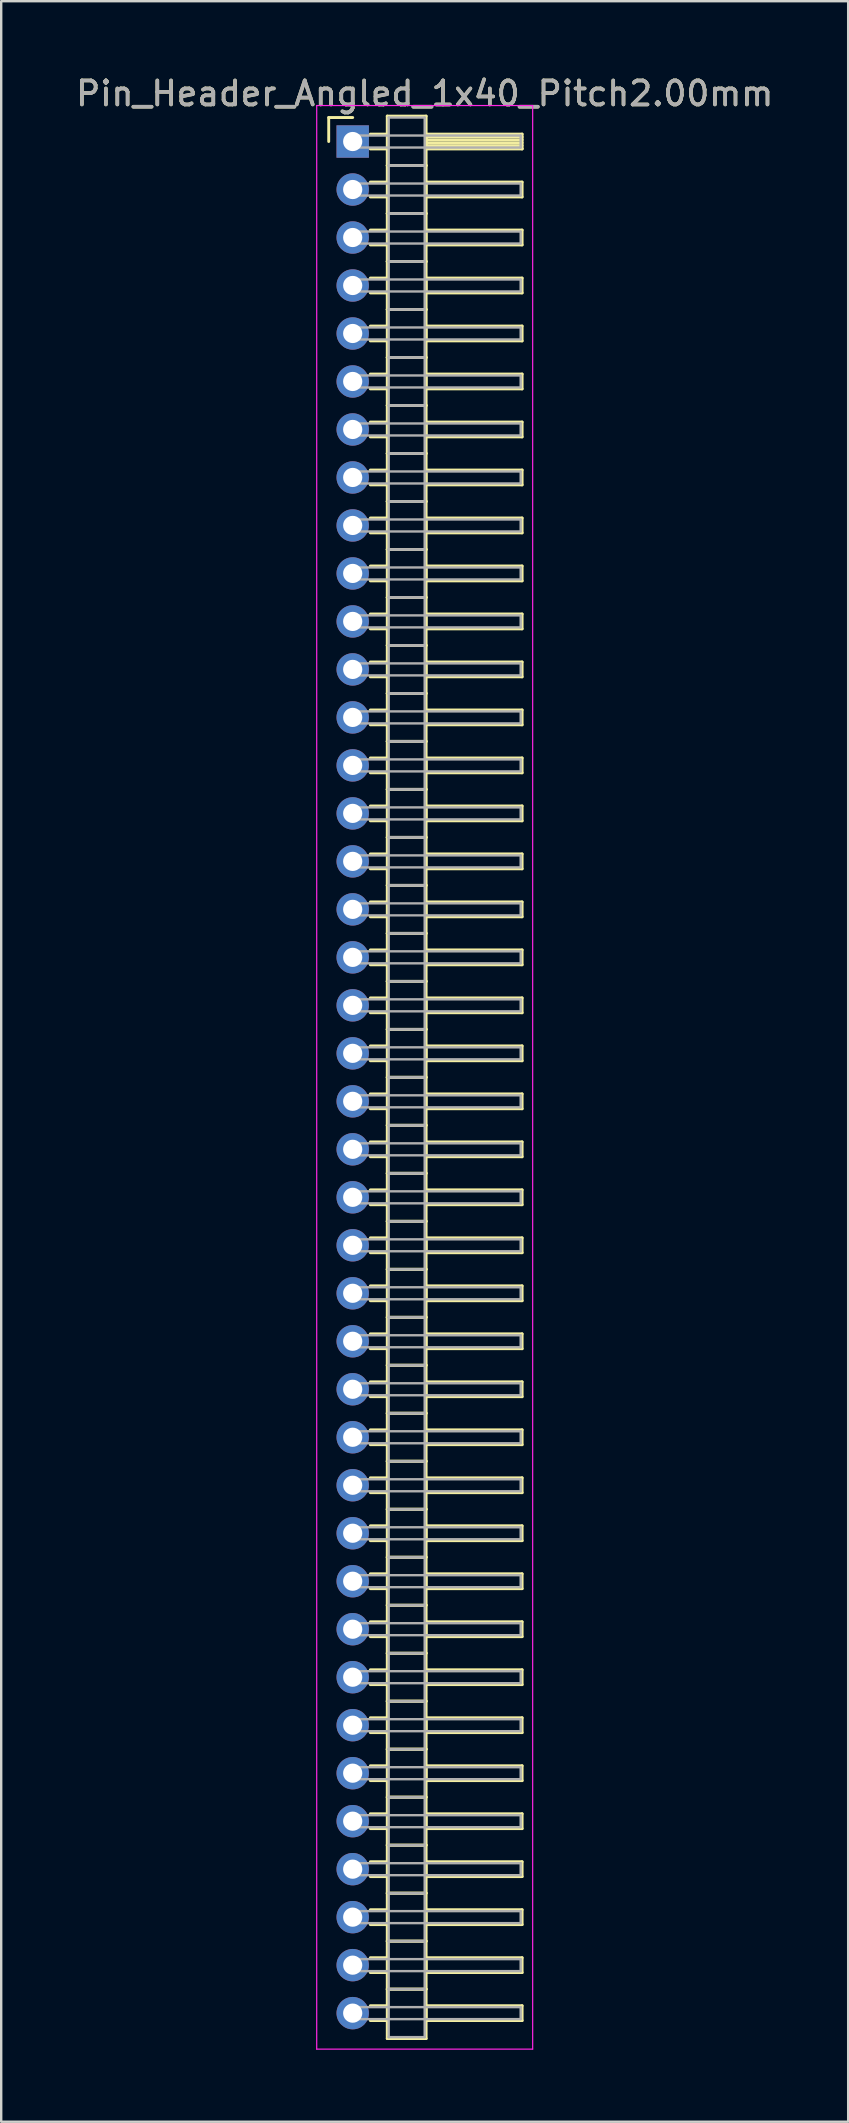
<source format=kicad_pcb>
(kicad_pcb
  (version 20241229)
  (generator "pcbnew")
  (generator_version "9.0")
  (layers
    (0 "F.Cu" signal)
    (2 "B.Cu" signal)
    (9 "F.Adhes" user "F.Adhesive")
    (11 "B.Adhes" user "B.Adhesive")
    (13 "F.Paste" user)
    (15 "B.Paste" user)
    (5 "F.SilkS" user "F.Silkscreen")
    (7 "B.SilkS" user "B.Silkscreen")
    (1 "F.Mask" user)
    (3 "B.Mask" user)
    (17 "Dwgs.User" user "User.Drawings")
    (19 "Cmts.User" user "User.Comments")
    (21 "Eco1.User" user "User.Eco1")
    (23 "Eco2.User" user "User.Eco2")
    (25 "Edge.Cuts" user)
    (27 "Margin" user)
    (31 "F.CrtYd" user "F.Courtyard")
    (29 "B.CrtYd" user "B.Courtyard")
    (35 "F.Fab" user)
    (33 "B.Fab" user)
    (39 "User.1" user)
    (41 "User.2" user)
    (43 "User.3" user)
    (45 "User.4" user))
  (footprint "Pin_Header_Angled_1x40_Pitch2.00mm"
    (layer "F.Cu")
    (at 11.649 2.848)
    (property "Reference" "Pin_Header_Angled_1x40_Pitch2.00mm" (at 3 -2 0) (layer "F.SilkS") (effects (font (size 1 1) (thickness 0.15))))
    (attr through_hole)
    (fp_line (start -1 -1) (end 0 -1) (stroke (width 0.12) (type solid)) (layer "F.SilkS"))
    (fp_line (start -1 0) (end -1 -1) (stroke (width 0.12) (type solid)) (layer "F.SilkS"))
    (fp_line (start 0.735 -0.31) (end 1.44 -0.31) (stroke (width 0.12) (type solid)) (layer "F.SilkS"))
    (fp_line (start 0.735 0.31) (end 1.44 0.31) (stroke (width 0.12) (type solid)) (layer "F.SilkS"))
    (fp_line (start 0.735 1.69) (end 1.44 1.69) (stroke (width 0.12) (type solid)) (layer "F.SilkS"))
    (fp_line (start 0.735 2.31) (end 1.44 2.31) (stroke (width 0.12) (type solid)) (layer "F.SilkS"))
    (fp_line (start 0.735 3.69) (end 1.44 3.69) (stroke (width 0.12) (type solid)) (layer "F.SilkS"))
    (fp_line (start 0.735 4.31) (end 1.44 4.31) (stroke (width 0.12) (type solid)) (layer "F.SilkS"))
    (fp_line (start 0.735 5.69) (end 1.44 5.69) (stroke (width 0.12) (type solid)) (layer "F.SilkS"))
    (fp_line (start 0.735 6.31) (end 1.44 6.31) (stroke (width 0.12) (type solid)) (layer "F.SilkS"))
    (fp_line (start 0.735 7.69) (end 1.44 7.69) (stroke (width 0.12) (type solid)) (layer "F.SilkS"))
    (fp_line (start 0.735 8.31) (end 1.44 8.31) (stroke (width 0.12) (type solid)) (layer "F.SilkS"))
    (fp_line (start 0.735 9.69) (end 1.44 9.69) (stroke (width 0.12) (type solid)) (layer "F.SilkS"))
    (fp_line (start 0.735 10.31) (end 1.44 10.31) (stroke (width 0.12) (type solid)) (layer "F.SilkS"))
    (fp_line (start 0.735 11.69) (end 1.44 11.69) (stroke (width 0.12) (type solid)) (layer "F.SilkS"))
    (fp_line (start 0.735 12.31) (end 1.44 12.31) (stroke (width 0.12) (type solid)) (layer "F.SilkS"))
    (fp_line (start 0.735 13.69) (end 1.44 13.69) (stroke (width 0.12) (type solid)) (layer "F.SilkS"))
    (fp_line (start 0.735 14.31) (end 1.44 14.31) (stroke (width 0.12) (type solid)) (layer "F.SilkS"))
    (fp_line (start 0.735 15.69) (end 1.44 15.69) (stroke (width 0.12) (type solid)) (layer "F.SilkS"))
    (fp_line (start 0.735 16.31) (end 1.44 16.31) (stroke (width 0.12) (type solid)) (layer "F.SilkS"))
    (fp_line (start 0.735 17.69) (end 1.44 17.69) (stroke (width 0.12) (type solid)) (layer "F.SilkS"))
    (fp_line (start 0.735 18.31) (end 1.44 18.31) (stroke (width 0.12) (type solid)) (layer "F.SilkS"))
    (fp_line (start 0.735 19.69) (end 1.44 19.69) (stroke (width 0.12) (type solid)) (layer "F.SilkS"))
    (fp_line (start 0.735 20.31) (end 1.44 20.31) (stroke (width 0.12) (type solid)) (layer "F.SilkS"))
    (fp_line (start 0.735 21.69) (end 1.44 21.69) (stroke (width 0.12) (type solid)) (layer "F.SilkS"))
    (fp_line (start 0.735 22.31) (end 1.44 22.31) (stroke (width 0.12) (type solid)) (layer "F.SilkS"))
    (fp_line (start 0.735 23.69) (end 1.44 23.69) (stroke (width 0.12) (type solid)) (layer "F.SilkS"))
    (fp_line (start 0.735 24.31) (end 1.44 24.31) (stroke (width 0.12) (type solid)) (layer "F.SilkS"))
    (fp_line (start 0.735 25.69) (end 1.44 25.69) (stroke (width 0.12) (type solid)) (layer "F.SilkS"))
    (fp_line (start 0.735 26.31) (end 1.44 26.31) (stroke (width 0.12) (type solid)) (layer "F.SilkS"))
    (fp_line (start 0.735 27.69) (end 1.44 27.69) (stroke (width 0.12) (type solid)) (layer "F.SilkS"))
    (fp_line (start 0.735 28.31) (end 1.44 28.31) (stroke (width 0.12) (type solid)) (layer "F.SilkS"))
    (fp_line (start 0.735 29.69) (end 1.44 29.69) (stroke (width 0.12) (type solid)) (layer "F.SilkS"))
    (fp_line (start 0.735 30.31) (end 1.44 30.31) (stroke (width 0.12) (type solid)) (layer "F.SilkS"))
    (fp_line (start 0.735 31.69) (end 1.44 31.69) (stroke (width 0.12) (type solid)) (layer "F.SilkS"))
    (fp_line (start 0.735 32.31) (end 1.44 32.31) (stroke (width 0.12) (type solid)) (layer "F.SilkS"))
    (fp_line (start 0.735 33.69) (end 1.44 33.69) (stroke (width 0.12) (type solid)) (layer "F.SilkS"))
    (fp_line (start 0.735 34.31) (end 1.44 34.31) (stroke (width 0.12) (type solid)) (layer "F.SilkS"))
    (fp_line (start 0.735 35.69) (end 1.44 35.69) (stroke (width 0.12) (type solid)) (layer "F.SilkS"))
    (fp_line (start 0.735 36.31) (end 1.44 36.31) (stroke (width 0.12) (type solid)) (layer "F.SilkS"))
    (fp_line (start 0.735 37.69) (end 1.44 37.69) (stroke (width 0.12) (type solid)) (layer "F.SilkS"))
    (fp_line (start 0.735 38.31) (end 1.44 38.31) (stroke (width 0.12) (type solid)) (layer "F.SilkS"))
    (fp_line (start 0.735 39.69) (end 1.44 39.69) (stroke (width 0.12) (type solid)) (layer "F.SilkS"))
    (fp_line (start 0.735 40.31) (end 1.44 40.31) (stroke (width 0.12) (type solid)) (layer "F.SilkS"))
    (fp_line (start 0.735 41.69) (end 1.44 41.69) (stroke (width 0.12) (type solid)) (layer "F.SilkS"))
    (fp_line (start 0.735 42.31) (end 1.44 42.31) (stroke (width 0.12) (type solid)) (layer "F.SilkS"))
    (fp_line (start 0.735 43.69) (end 1.44 43.69) (stroke (width 0.12) (type solid)) (layer "F.SilkS"))
    (fp_line (start 0.735 44.31) (end 1.44 44.31) (stroke (width 0.12) (type solid)) (layer "F.SilkS"))
    (fp_line (start 0.735 45.69) (end 1.44 45.69) (stroke (width 0.12) (type solid)) (layer "F.SilkS"))
    (fp_line (start 0.735 46.31) (end 1.44 46.31) (stroke (width 0.12) (type solid)) (layer "F.SilkS"))
    (fp_line (start 0.735 47.69) (end 1.44 47.69) (stroke (width 0.12) (type solid)) (layer "F.SilkS"))
    (fp_line (start 0.735 48.31) (end 1.44 48.31) (stroke (width 0.12) (type solid)) (layer "F.SilkS"))
    (fp_line (start 0.735 49.69) (end 1.44 49.69) (stroke (width 0.12) (type solid)) (layer "F.SilkS"))
    (fp_line (start 0.735 50.31) (end 1.44 50.31) (stroke (width 0.12) (type solid)) (layer "F.SilkS"))
    (fp_line (start 0.735 51.69) (end 1.44 51.69) (stroke (width 0.12) (type solid)) (layer "F.SilkS"))
    (fp_line (start 0.735 52.31) (end 1.44 52.31) (stroke (width 0.12) (type solid)) (layer "F.SilkS"))
    (fp_line (start 0.735 53.69) (end 1.44 53.69) (stroke (width 0.12) (type solid)) (layer "F.SilkS"))
    (fp_line (start 0.735 54.31) (end 1.44 54.31) (stroke (width 0.12) (type solid)) (layer "F.SilkS"))
    (fp_line (start 0.735 55.69) (end 1.44 55.69) (stroke (width 0.12) (type solid)) (layer "F.SilkS"))
    (fp_line (start 0.735 56.31) (end 1.44 56.31) (stroke (width 0.12) (type solid)) (layer "F.SilkS"))
    (fp_line (start 0.735 57.69) (end 1.44 57.69) (stroke (width 0.12) (type solid)) (layer "F.SilkS"))
    (fp_line (start 0.735 58.31) (end 1.44 58.31) (stroke (width 0.12) (type solid)) (layer "F.SilkS"))
    (fp_line (start 0.735 59.69) (end 1.44 59.69) (stroke (width 0.12) (type solid)) (layer "F.SilkS"))
    (fp_line (start 0.735 60.31) (end 1.44 60.31) (stroke (width 0.12) (type solid)) (layer "F.SilkS"))
    (fp_line (start 0.735 61.69) (end 1.44 61.69) (stroke (width 0.12) (type solid)) (layer "F.SilkS"))
    (fp_line (start 0.735 62.31) (end 1.44 62.31) (stroke (width 0.12) (type solid)) (layer "F.SilkS"))
    (fp_line (start 0.735 63.69) (end 1.44 63.69) (stroke (width 0.12) (type solid)) (layer "F.SilkS"))
    (fp_line (start 0.735 64.31) (end 1.44 64.31) (stroke (width 0.12) (type solid)) (layer "F.SilkS"))
    (fp_line (start 0.735 65.69) (end 1.44 65.69) (stroke (width 0.12) (type solid)) (layer "F.SilkS"))
    (fp_line (start 0.735 66.31) (end 1.44 66.31) (stroke (width 0.12) (type solid)) (layer "F.SilkS"))
    (fp_line (start 0.735 67.69) (end 1.44 67.69) (stroke (width 0.12) (type solid)) (layer "F.SilkS"))
    (fp_line (start 0.735 68.31) (end 1.44 68.31) (stroke (width 0.12) (type solid)) (layer "F.SilkS"))
    (fp_line (start 0.735 69.69) (end 1.44 69.69) (stroke (width 0.12) (type solid)) (layer "F.SilkS"))
    (fp_line (start 0.735 70.31) (end 1.44 70.31) (stroke (width 0.12) (type solid)) (layer "F.SilkS"))
    (fp_line (start 0.735 71.69) (end 1.44 71.69) (stroke (width 0.12) (type solid)) (layer "F.SilkS"))
    (fp_line (start 0.735 72.31) (end 1.44 72.31) (stroke (width 0.12) (type solid)) (layer "F.SilkS"))
    (fp_line (start 0.735 73.69) (end 1.44 73.69) (stroke (width 0.12) (type solid)) (layer "F.SilkS"))
    (fp_line (start 0.735 74.31) (end 1.44 74.31) (stroke (width 0.12) (type solid)) (layer "F.SilkS"))
    (fp_line (start 0.735 75.69) (end 1.44 75.69) (stroke (width 0.12) (type solid)) (layer "F.SilkS"))
    (fp_line (start 0.735 76.31) (end 1.44 76.31) (stroke (width 0.12) (type solid)) (layer "F.SilkS"))
    (fp_line (start 0.735 77.69) (end 1.44 77.69) (stroke (width 0.12) (type solid)) (layer "F.SilkS"))
    (fp_line (start 0.735 78.31) (end 1.44 78.31) (stroke (width 0.12) (type solid)) (layer "F.SilkS"))
    (fp_line (start 1.44 -1.06) (end 1.44 1) (stroke (width 0.12) (type solid)) (layer "F.SilkS"))
    (fp_line (start 1.44 1) (end 1.44 3) (stroke (width 0.12) (type solid)) (layer "F.SilkS"))
    (fp_line (start 1.44 1) (end 3.06 1) (stroke (width 0.12) (type solid)) (layer "F.SilkS"))
    (fp_line (start 1.44 3) (end 1.44 5) (stroke (width 0.12) (type solid)) (layer "F.SilkS"))
    (fp_line (start 1.44 3) (end 3.06 3) (stroke (width 0.12) (type solid)) (layer "F.SilkS"))
    (fp_line (start 1.44 5) (end 1.44 7) (stroke (width 0.12) (type solid)) (layer "F.SilkS"))
    (fp_line (start 1.44 5) (end 3.06 5) (stroke (width 0.12) (type solid)) (layer "F.SilkS"))
    (fp_line (start 1.44 7) (end 1.44 9) (stroke (width 0.12) (type solid)) (layer "F.SilkS"))
    (fp_line (start 1.44 7) (end 3.06 7) (stroke (width 0.12) (type solid)) (layer "F.SilkS"))
    (fp_line (start 1.44 9) (end 1.44 11) (stroke (width 0.12) (type solid)) (layer "F.SilkS"))
    (fp_line (start 1.44 9) (end 3.06 9) (stroke (width 0.12) (type solid)) (layer "F.SilkS"))
    (fp_line (start 1.44 11) (end 1.44 13) (stroke (width 0.12) (type solid)) (layer "F.SilkS"))
    (fp_line (start 1.44 11) (end 3.06 11) (stroke (width 0.12) (type solid)) (layer "F.SilkS"))
    (fp_line (start 1.44 13) (end 1.44 15) (stroke (width 0.12) (type solid)) (layer "F.SilkS"))
    (fp_line (start 1.44 13) (end 3.06 13) (stroke (width 0.12) (type solid)) (layer "F.SilkS"))
    (fp_line (start 1.44 15) (end 1.44 17) (stroke (width 0.12) (type solid)) (layer "F.SilkS"))
    (fp_line (start 1.44 15) (end 3.06 15) (stroke (width 0.12) (type solid)) (layer "F.SilkS"))
    (fp_line (start 1.44 17) (end 1.44 19) (stroke (width 0.12) (type solid)) (layer "F.SilkS"))
    (fp_line (start 1.44 17) (end 3.06 17) (stroke (width 0.12) (type solid)) (layer "F.SilkS"))
    (fp_line (start 1.44 19) (end 1.44 21) (stroke (width 0.12) (type solid)) (layer "F.SilkS"))
    (fp_line (start 1.44 19) (end 3.06 19) (stroke (width 0.12) (type solid)) (layer "F.SilkS"))
    (fp_line (start 1.44 21) (end 1.44 23) (stroke (width 0.12) (type solid)) (layer "F.SilkS"))
    (fp_line (start 1.44 21) (end 3.06 21) (stroke (width 0.12) (type solid)) (layer "F.SilkS"))
    (fp_line (start 1.44 23) (end 1.44 25) (stroke (width 0.12) (type solid)) (layer "F.SilkS"))
    (fp_line (start 1.44 23) (end 3.06 23) (stroke (width 0.12) (type solid)) (layer "F.SilkS"))
    (fp_line (start 1.44 25) (end 1.44 27) (stroke (width 0.12) (type solid)) (layer "F.SilkS"))
    (fp_line (start 1.44 25) (end 3.06 25) (stroke (width 0.12) (type solid)) (layer "F.SilkS"))
    (fp_line (start 1.44 27) (end 1.44 29) (stroke (width 0.12) (type solid)) (layer "F.SilkS"))
    (fp_line (start 1.44 27) (end 3.06 27) (stroke (width 0.12) (type solid)) (layer "F.SilkS"))
    (fp_line (start 1.44 29) (end 1.44 31) (stroke (width 0.12) (type solid)) (layer "F.SilkS"))
    (fp_line (start 1.44 29) (end 3.06 29) (stroke (width 0.12) (type solid)) (layer "F.SilkS"))
    (fp_line (start 1.44 31) (end 1.44 33) (stroke (width 0.12) (type solid)) (layer "F.SilkS"))
    (fp_line (start 1.44 31) (end 3.06 31) (stroke (width 0.12) (type solid)) (layer "F.SilkS"))
    (fp_line (start 1.44 33) (end 1.44 35) (stroke (width 0.12) (type solid)) (layer "F.SilkS"))
    (fp_line (start 1.44 33) (end 3.06 33) (stroke (width 0.12) (type solid)) (layer "F.SilkS"))
    (fp_line (start 1.44 35) (end 1.44 37) (stroke (width 0.12) (type solid)) (layer "F.SilkS"))
    (fp_line (start 1.44 35) (end 3.06 35) (stroke (width 0.12) (type solid)) (layer "F.SilkS"))
    (fp_line (start 1.44 37) (end 1.44 39) (stroke (width 0.12) (type solid)) (layer "F.SilkS"))
    (fp_line (start 1.44 37) (end 3.06 37) (stroke (width 0.12) (type solid)) (layer "F.SilkS"))
    (fp_line (start 1.44 39) (end 1.44 41) (stroke (width 0.12) (type solid)) (layer "F.SilkS"))
    (fp_line (start 1.44 39) (end 3.06 39) (stroke (width 0.12) (type solid)) (layer "F.SilkS"))
    (fp_line (start 1.44 41) (end 1.44 43) (stroke (width 0.12) (type solid)) (layer "F.SilkS"))
    (fp_line (start 1.44 41) (end 3.06 41) (stroke (width 0.12) (type solid)) (layer "F.SilkS"))
    (fp_line (start 1.44 43) (end 1.44 45) (stroke (width 0.12) (type solid)) (layer "F.SilkS"))
    (fp_line (start 1.44 43) (end 3.06 43) (stroke (width 0.12) (type solid)) (layer "F.SilkS"))
    (fp_line (start 1.44 45) (end 1.44 47) (stroke (width 0.12) (type solid)) (layer "F.SilkS"))
    (fp_line (start 1.44 45) (end 3.06 45) (stroke (width 0.12) (type solid)) (layer "F.SilkS"))
    (fp_line (start 1.44 47) (end 1.44 49) (stroke (width 0.12) (type solid)) (layer "F.SilkS"))
    (fp_line (start 1.44 47) (end 3.06 47) (stroke (width 0.12) (type solid)) (layer "F.SilkS"))
    (fp_line (start 1.44 49) (end 1.44 51) (stroke (width 0.12) (type solid)) (layer "F.SilkS"))
    (fp_line (start 1.44 49) (end 3.06 49) (stroke (width 0.12) (type solid)) (layer "F.SilkS"))
    (fp_line (start 1.44 51) (end 1.44 53) (stroke (width 0.12) (type solid)) (layer "F.SilkS"))
    (fp_line (start 1.44 51) (end 3.06 51) (stroke (width 0.12) (type solid)) (layer "F.SilkS"))
    (fp_line (start 1.44 53) (end 1.44 55) (stroke (width 0.12) (type solid)) (layer "F.SilkS"))
    (fp_line (start 1.44 53) (end 3.06 53) (stroke (width 0.12) (type solid)) (layer "F.SilkS"))
    (fp_line (start 1.44 55) (end 1.44 57) (stroke (width 0.12) (type solid)) (layer "F.SilkS"))
    (fp_line (start 1.44 55) (end 3.06 55) (stroke (width 0.12) (type solid)) (layer "F.SilkS"))
    (fp_line (start 1.44 57) (end 1.44 59) (stroke (width 0.12) (type solid)) (layer "F.SilkS"))
    (fp_line (start 1.44 57) (end 3.06 57) (stroke (width 0.12) (type solid)) (layer "F.SilkS"))
    (fp_line (start 1.44 59) (end 1.44 61) (stroke (width 0.12) (type solid)) (layer "F.SilkS"))
    (fp_line (start 1.44 59) (end 3.06 59) (stroke (width 0.12) (type solid)) (layer "F.SilkS"))
    (fp_line (start 1.44 61) (end 1.44 63) (stroke (width 0.12) (type solid)) (layer "F.SilkS"))
    (fp_line (start 1.44 61) (end 3.06 61) (stroke (width 0.12) (type solid)) (layer "F.SilkS"))
    (fp_line (start 1.44 63) (end 1.44 65) (stroke (width 0.12) (type solid)) (layer "F.SilkS"))
    (fp_line (start 1.44 63) (end 3.06 63) (stroke (width 0.12) (type solid)) (layer "F.SilkS"))
    (fp_line (start 1.44 65) (end 1.44 67) (stroke (width 0.12) (type solid)) (layer "F.SilkS"))
    (fp_line (start 1.44 65) (end 3.06 65) (stroke (width 0.12) (type solid)) (layer "F.SilkS"))
    (fp_line (start 1.44 67) (end 1.44 69) (stroke (width 0.12) (type solid)) (layer "F.SilkS"))
    (fp_line (start 1.44 67) (end 3.06 67) (stroke (width 0.12) (type solid)) (layer "F.SilkS"))
    (fp_line (start 1.44 69) (end 1.44 71) (stroke (width 0.12) (type solid)) (layer "F.SilkS"))
    (fp_line (start 1.44 69) (end 3.06 69) (stroke (width 0.12) (type solid)) (layer "F.SilkS"))
    (fp_line (start 1.44 71) (end 1.44 73) (stroke (width 0.12) (type solid)) (layer "F.SilkS"))
    (fp_line (start 1.44 71) (end 3.06 71) (stroke (width 0.12) (type solid)) (layer "F.SilkS"))
    (fp_line (start 1.44 73) (end 1.44 75) (stroke (width 0.12) (type solid)) (layer "F.SilkS"))
    (fp_line (start 1.44 73) (end 3.06 73) (stroke (width 0.12) (type solid)) (layer "F.SilkS"))
    (fp_line (start 1.44 75) (end 1.44 77) (stroke (width 0.12) (type solid)) (layer "F.SilkS"))
    (fp_line (start 1.44 75) (end 3.06 75) (stroke (width 0.12) (type solid)) (layer "F.SilkS"))
    (fp_line (start 1.44 77) (end 1.44 79.06) (stroke (width 0.12) (type solid)) (layer "F.SilkS"))
    (fp_line (start 1.44 77) (end 3.06 77) (stroke (width 0.12) (type solid)) (layer "F.SilkS"))
    (fp_line (start 1.44 79.06) (end 3.06 79.06) (stroke (width 0.12) (type solid)) (layer "F.SilkS"))
    (fp_line (start 3.06 -1.06) (end 1.44 -1.06) (stroke (width 0.12) (type solid)) (layer "F.SilkS"))
    (fp_line (start 3.06 -0.31) (end 3.06 0.31) (stroke (width 0.12) (type solid)) (layer "F.SilkS"))
    (fp_line (start 3.06 -0.19) (end 7.06 -0.19) (stroke (width 0.12) (type solid)) (layer "F.SilkS"))
    (fp_line (start 3.06 -0.07) (end 7.06 -0.07) (stroke (width 0.12) (type solid)) (layer "F.SilkS"))
    (fp_line (start 3.06 0.05) (end 7.06 0.05) (stroke (width 0.12) (type solid)) (layer "F.SilkS"))
    (fp_line (start 3.06 0.17) (end 7.06 0.17) (stroke (width 0.12) (type solid)) (layer "F.SilkS"))
    (fp_line (start 3.06 0.29) (end 7.06 0.29) (stroke (width 0.12) (type solid)) (layer "F.SilkS"))
    (fp_line (start 3.06 0.31) (end 7.06 0.31) (stroke (width 0.12) (type solid)) (layer "F.SilkS"))
    (fp_line (start 3.06 1) (end 1.44 1) (stroke (width 0.12) (type solid)) (layer "F.SilkS"))
    (fp_line (start 3.06 1) (end 3.06 -1.06) (stroke (width 0.12) (type solid)) (layer "F.SilkS"))
    (fp_line (start 3.06 1.69) (end 3.06 2.31) (stroke (width 0.12) (type solid)) (layer "F.SilkS"))
    (fp_line (start 3.06 2.31) (end 7.06 2.31) (stroke (width 0.12) (type solid)) (layer "F.SilkS"))
    (fp_line (start 3.06 3) (end 1.44 3) (stroke (width 0.12) (type solid)) (layer "F.SilkS"))
    (fp_line (start 3.06 3) (end 3.06 1) (stroke (width 0.12) (type solid)) (layer "F.SilkS"))
    (fp_line (start 3.06 3.69) (end 3.06 4.31) (stroke (width 0.12) (type solid)) (layer "F.SilkS"))
    (fp_line (start 3.06 4.31) (end 7.06 4.31) (stroke (width 0.12) (type solid)) (layer "F.SilkS"))
    (fp_line (start 3.06 5) (end 1.44 5) (stroke (width 0.12) (type solid)) (layer "F.SilkS"))
    (fp_line (start 3.06 5) (end 3.06 3) (stroke (width 0.12) (type solid)) (layer "F.SilkS"))
    (fp_line (start 3.06 5.69) (end 3.06 6.31) (stroke (width 0.12) (type solid)) (layer "F.SilkS"))
    (fp_line (start 3.06 6.31) (end 7.06 6.31) (stroke (width 0.12) (type solid)) (layer "F.SilkS"))
    (fp_line (start 3.06 7) (end 1.44 7) (stroke (width 0.12) (type solid)) (layer "F.SilkS"))
    (fp_line (start 3.06 7) (end 3.06 5) (stroke (width 0.12) (type solid)) (layer "F.SilkS"))
    (fp_line (start 3.06 7.69) (end 3.06 8.31) (stroke (width 0.12) (type solid)) (layer "F.SilkS"))
    (fp_line (start 3.06 8.31) (end 7.06 8.31) (stroke (width 0.12) (type solid)) (layer "F.SilkS"))
    (fp_line (start 3.06 9) (end 1.44 9) (stroke (width 0.12) (type solid)) (layer "F.SilkS"))
    (fp_line (start 3.06 9) (end 3.06 7) (stroke (width 0.12) (type solid)) (layer "F.SilkS"))
    (fp_line (start 3.06 9.69) (end 3.06 10.31) (stroke (width 0.12) (type solid)) (layer "F.SilkS"))
    (fp_line (start 3.06 10.31) (end 7.06 10.31) (stroke (width 0.12) (type solid)) (layer "F.SilkS"))
    (fp_line (start 3.06 11) (end 1.44 11) (stroke (width 0.12) (type solid)) (layer "F.SilkS"))
    (fp_line (start 3.06 11) (end 3.06 9) (stroke (width 0.12) (type solid)) (layer "F.SilkS"))
    (fp_line (start 3.06 11.69) (end 3.06 12.31) (stroke (width 0.12) (type solid)) (layer "F.SilkS"))
    (fp_line (start 3.06 12.31) (end 7.06 12.31) (stroke (width 0.12) (type solid)) (layer "F.SilkS"))
    (fp_line (start 3.06 13) (end 1.44 13) (stroke (width 0.12) (type solid)) (layer "F.SilkS"))
    (fp_line (start 3.06 13) (end 3.06 11) (stroke (width 0.12) (type solid)) (layer "F.SilkS"))
    (fp_line (start 3.06 13.69) (end 3.06 14.31) (stroke (width 0.12) (type solid)) (layer "F.SilkS"))
    (fp_line (start 3.06 14.31) (end 7.06 14.31) (stroke (width 0.12) (type solid)) (layer "F.SilkS"))
    (fp_line (start 3.06 15) (end 1.44 15) (stroke (width 0.12) (type solid)) (layer "F.SilkS"))
    (fp_line (start 3.06 15) (end 3.06 13) (stroke (width 0.12) (type solid)) (layer "F.SilkS"))
    (fp_line (start 3.06 15.69) (end 3.06 16.31) (stroke (width 0.12) (type solid)) (layer "F.SilkS"))
    (fp_line (start 3.06 16.31) (end 7.06 16.31) (stroke (width 0.12) (type solid)) (layer "F.SilkS"))
    (fp_line (start 3.06 17) (end 1.44 17) (stroke (width 0.12) (type solid)) (layer "F.SilkS"))
    (fp_line (start 3.06 17) (end 3.06 15) (stroke (width 0.12) (type solid)) (layer "F.SilkS"))
    (fp_line (start 3.06 17.69) (end 3.06 18.31) (stroke (width 0.12) (type solid)) (layer "F.SilkS"))
    (fp_line (start 3.06 18.31) (end 7.06 18.31) (stroke (width 0.12) (type solid)) (layer "F.SilkS"))
    (fp_line (start 3.06 19) (end 1.44 19) (stroke (width 0.12) (type solid)) (layer "F.SilkS"))
    (fp_line (start 3.06 19) (end 3.06 17) (stroke (width 0.12) (type solid)) (layer "F.SilkS"))
    (fp_line (start 3.06 19.69) (end 3.06 20.31) (stroke (width 0.12) (type solid)) (layer "F.SilkS"))
    (fp_line (start 3.06 20.31) (end 7.06 20.31) (stroke (width 0.12) (type solid)) (layer "F.SilkS"))
    (fp_line (start 3.06 21) (end 1.44 21) (stroke (width 0.12) (type solid)) (layer "F.SilkS"))
    (fp_line (start 3.06 21) (end 3.06 19) (stroke (width 0.12) (type solid)) (layer "F.SilkS"))
    (fp_line (start 3.06 21.69) (end 3.06 22.31) (stroke (width 0.12) (type solid)) (layer "F.SilkS"))
    (fp_line (start 3.06 22.31) (end 7.06 22.31) (stroke (width 0.12) (type solid)) (layer "F.SilkS"))
    (fp_line (start 3.06 23) (end 1.44 23) (stroke (width 0.12) (type solid)) (layer "F.SilkS"))
    (fp_line (start 3.06 23) (end 3.06 21) (stroke (width 0.12) (type solid)) (layer "F.SilkS"))
    (fp_line (start 3.06 23.69) (end 3.06 24.31) (stroke (width 0.12) (type solid)) (layer "F.SilkS"))
    (fp_line (start 3.06 24.31) (end 7.06 24.31) (stroke (width 0.12) (type solid)) (layer "F.SilkS"))
    (fp_line (start 3.06 25) (end 1.44 25) (stroke (width 0.12) (type solid)) (layer "F.SilkS"))
    (fp_line (start 3.06 25) (end 3.06 23) (stroke (width 0.12) (type solid)) (layer "F.SilkS"))
    (fp_line (start 3.06 25.69) (end 3.06 26.31) (stroke (width 0.12) (type solid)) (layer "F.SilkS"))
    (fp_line (start 3.06 26.31) (end 7.06 26.31) (stroke (width 0.12) (type solid)) (layer "F.SilkS"))
    (fp_line (start 3.06 27) (end 1.44 27) (stroke (width 0.12) (type solid)) (layer "F.SilkS"))
    (fp_line (start 3.06 27) (end 3.06 25) (stroke (width 0.12) (type solid)) (layer "F.SilkS"))
    (fp_line (start 3.06 27.69) (end 3.06 28.31) (stroke (width 0.12) (type solid)) (layer "F.SilkS"))
    (fp_line (start 3.06 28.31) (end 7.06 28.31) (stroke (width 0.12) (type solid)) (layer "F.SilkS"))
    (fp_line (start 3.06 29) (end 1.44 29) (stroke (width 0.12) (type solid)) (layer "F.SilkS"))
    (fp_line (start 3.06 29) (end 3.06 27) (stroke (width 0.12) (type solid)) (layer "F.SilkS"))
    (fp_line (start 3.06 29.69) (end 3.06 30.31) (stroke (width 0.12) (type solid)) (layer "F.SilkS"))
    (fp_line (start 3.06 30.31) (end 7.06 30.31) (stroke (width 0.12) (type solid)) (layer "F.SilkS"))
    (fp_line (start 3.06 31) (end 1.44 31) (stroke (width 0.12) (type solid)) (layer "F.SilkS"))
    (fp_line (start 3.06 31) (end 3.06 29) (stroke (width 0.12) (type solid)) (layer "F.SilkS"))
    (fp_line (start 3.06 31.69) (end 3.06 32.31) (stroke (width 0.12) (type solid)) (layer "F.SilkS"))
    (fp_line (start 3.06 32.31) (end 7.06 32.31) (stroke (width 0.12) (type solid)) (layer "F.SilkS"))
    (fp_line (start 3.06 33) (end 1.44 33) (stroke (width 0.12) (type solid)) (layer "F.SilkS"))
    (fp_line (start 3.06 33) (end 3.06 31) (stroke (width 0.12) (type solid)) (layer "F.SilkS"))
    (fp_line (start 3.06 33.69) (end 3.06 34.31) (stroke (width 0.12) (type solid)) (layer "F.SilkS"))
    (fp_line (start 3.06 34.31) (end 7.06 34.31) (stroke (width 0.12) (type solid)) (layer "F.SilkS"))
    (fp_line (start 3.06 35) (end 1.44 35) (stroke (width 0.12) (type solid)) (layer "F.SilkS"))
    (fp_line (start 3.06 35) (end 3.06 33) (stroke (width 0.12) (type solid)) (layer "F.SilkS"))
    (fp_line (start 3.06 35.69) (end 3.06 36.31) (stroke (width 0.12) (type solid)) (layer "F.SilkS"))
    (fp_line (start 3.06 36.31) (end 7.06 36.31) (stroke (width 0.12) (type solid)) (layer "F.SilkS"))
    (fp_line (start 3.06 37) (end 1.44 37) (stroke (width 0.12) (type solid)) (layer "F.SilkS"))
    (fp_line (start 3.06 37) (end 3.06 35) (stroke (width 0.12) (type solid)) (layer "F.SilkS"))
    (fp_line (start 3.06 37.69) (end 3.06 38.31) (stroke (width 0.12) (type solid)) (layer "F.SilkS"))
    (fp_line (start 3.06 38.31) (end 7.06 38.31) (stroke (width 0.12) (type solid)) (layer "F.SilkS"))
    (fp_line (start 3.06 39) (end 1.44 39) (stroke (width 0.12) (type solid)) (layer "F.SilkS"))
    (fp_line (start 3.06 39) (end 3.06 37) (stroke (width 0.12) (type solid)) (layer "F.SilkS"))
    (fp_line (start 3.06 39.69) (end 3.06 40.31) (stroke (width 0.12) (type solid)) (layer "F.SilkS"))
    (fp_line (start 3.06 40.31) (end 7.06 40.31) (stroke (width 0.12) (type solid)) (layer "F.SilkS"))
    (fp_line (start 3.06 41) (end 1.44 41) (stroke (width 0.12) (type solid)) (layer "F.SilkS"))
    (fp_line (start 3.06 41) (end 3.06 39) (stroke (width 0.12) (type solid)) (layer "F.SilkS"))
    (fp_line (start 3.06 41.69) (end 3.06 42.31) (stroke (width 0.12) (type solid)) (layer "F.SilkS"))
    (fp_line (start 3.06 42.31) (end 7.06 42.31) (stroke (width 0.12) (type solid)) (layer "F.SilkS"))
    (fp_line (start 3.06 43) (end 1.44 43) (stroke (width 0.12) (type solid)) (layer "F.SilkS"))
    (fp_line (start 3.06 43) (end 3.06 41) (stroke (width 0.12) (type solid)) (layer "F.SilkS"))
    (fp_line (start 3.06 43.69) (end 3.06 44.31) (stroke (width 0.12) (type solid)) (layer "F.SilkS"))
    (fp_line (start 3.06 44.31) (end 7.06 44.31) (stroke (width 0.12) (type solid)) (layer "F.SilkS"))
    (fp_line (start 3.06 45) (end 1.44 45) (stroke (width 0.12) (type solid)) (layer "F.SilkS"))
    (fp_line (start 3.06 45) (end 3.06 43) (stroke (width 0.12) (type solid)) (layer "F.SilkS"))
    (fp_line (start 3.06 45.69) (end 3.06 46.31) (stroke (width 0.12) (type solid)) (layer "F.SilkS"))
    (fp_line (start 3.06 46.31) (end 7.06 46.31) (stroke (width 0.12) (type solid)) (layer "F.SilkS"))
    (fp_line (start 3.06 47) (end 1.44 47) (stroke (width 0.12) (type solid)) (layer "F.SilkS"))
    (fp_line (start 3.06 47) (end 3.06 45) (stroke (width 0.12) (type solid)) (layer "F.SilkS"))
    (fp_line (start 3.06 47.69) (end 3.06 48.31) (stroke (width 0.12) (type solid)) (layer "F.SilkS"))
    (fp_line (start 3.06 48.31) (end 7.06 48.31) (stroke (width 0.12) (type solid)) (layer "F.SilkS"))
    (fp_line (start 3.06 49) (end 1.44 49) (stroke (width 0.12) (type solid)) (layer "F.SilkS"))
    (fp_line (start 3.06 49) (end 3.06 47) (stroke (width 0.12) (type solid)) (layer "F.SilkS"))
    (fp_line (start 3.06 49.69) (end 3.06 50.31) (stroke (width 0.12) (type solid)) (layer "F.SilkS"))
    (fp_line (start 3.06 50.31) (end 7.06 50.31) (stroke (width 0.12) (type solid)) (layer "F.SilkS"))
    (fp_line (start 3.06 51) (end 1.44 51) (stroke (width 0.12) (type solid)) (layer "F.SilkS"))
    (fp_line (start 3.06 51) (end 3.06 49) (stroke (width 0.12) (type solid)) (layer "F.SilkS"))
    (fp_line (start 3.06 51.69) (end 3.06 52.31) (stroke (width 0.12) (type solid)) (layer "F.SilkS"))
    (fp_line (start 3.06 52.31) (end 7.06 52.31) (stroke (width 0.12) (type solid)) (layer "F.SilkS"))
    (fp_line (start 3.06 53) (end 1.44 53) (stroke (width 0.12) (type solid)) (layer "F.SilkS"))
    (fp_line (start 3.06 53) (end 3.06 51) (stroke (width 0.12) (type solid)) (layer "F.SilkS"))
    (fp_line (start 3.06 53.69) (end 3.06 54.31) (stroke (width 0.12) (type solid)) (layer "F.SilkS"))
    (fp_line (start 3.06 54.31) (end 7.06 54.31) (stroke (width 0.12) (type solid)) (layer "F.SilkS"))
    (fp_line (start 3.06 55) (end 1.44 55) (stroke (width 0.12) (type solid)) (layer "F.SilkS"))
    (fp_line (start 3.06 55) (end 3.06 53) (stroke (width 0.12) (type solid)) (layer "F.SilkS"))
    (fp_line (start 3.06 55.69) (end 3.06 56.31) (stroke (width 0.12) (type solid)) (layer "F.SilkS"))
    (fp_line (start 3.06 56.31) (end 7.06 56.31) (stroke (width 0.12) (type solid)) (layer "F.SilkS"))
    (fp_line (start 3.06 57) (end 1.44 57) (stroke (width 0.12) (type solid)) (layer "F.SilkS"))
    (fp_line (start 3.06 57) (end 3.06 55) (stroke (width 0.12) (type solid)) (layer "F.SilkS"))
    (fp_line (start 3.06 57.69) (end 3.06 58.31) (stroke (width 0.12) (type solid)) (layer "F.SilkS"))
    (fp_line (start 3.06 58.31) (end 7.06 58.31) (stroke (width 0.12) (type solid)) (layer "F.SilkS"))
    (fp_line (start 3.06 59) (end 1.44 59) (stroke (width 0.12) (type solid)) (layer "F.SilkS"))
    (fp_line (start 3.06 59) (end 3.06 57) (stroke (width 0.12) (type solid)) (layer "F.SilkS"))
    (fp_line (start 3.06 59.69) (end 3.06 60.31) (stroke (width 0.12) (type solid)) (layer "F.SilkS"))
    (fp_line (start 3.06 60.31) (end 7.06 60.31) (stroke (width 0.12) (type solid)) (layer "F.SilkS"))
    (fp_line (start 3.06 61) (end 1.44 61) (stroke (width 0.12) (type solid)) (layer "F.SilkS"))
    (fp_line (start 3.06 61) (end 3.06 59) (stroke (width 0.12) (type solid)) (layer "F.SilkS"))
    (fp_line (start 3.06 61.69) (end 3.06 62.31) (stroke (width 0.12) (type solid)) (layer "F.SilkS"))
    (fp_line (start 3.06 62.31) (end 7.06 62.31) (stroke (width 0.12) (type solid)) (layer "F.SilkS"))
    (fp_line (start 3.06 63) (end 1.44 63) (stroke (width 0.12) (type solid)) (layer "F.SilkS"))
    (fp_line (start 3.06 63) (end 3.06 61) (stroke (width 0.12) (type solid)) (layer "F.SilkS"))
    (fp_line (start 3.06 63.69) (end 3.06 64.31) (stroke (width 0.12) (type solid)) (layer "F.SilkS"))
    (fp_line (start 3.06 64.31) (end 7.06 64.31) (stroke (width 0.12) (type solid)) (layer "F.SilkS"))
    (fp_line (start 3.06 65) (end 1.44 65) (stroke (width 0.12) (type solid)) (layer "F.SilkS"))
    (fp_line (start 3.06 65) (end 3.06 63) (stroke (width 0.12) (type solid)) (layer "F.SilkS"))
    (fp_line (start 3.06 65.69) (end 3.06 66.31) (stroke (width 0.12) (type solid)) (layer "F.SilkS"))
    (fp_line (start 3.06 66.31) (end 7.06 66.31) (stroke (width 0.12) (type solid)) (layer "F.SilkS"))
    (fp_line (start 3.06 67) (end 1.44 67) (stroke (width 0.12) (type solid)) (layer "F.SilkS"))
    (fp_line (start 3.06 67) (end 3.06 65) (stroke (width 0.12) (type solid)) (layer "F.SilkS"))
    (fp_line (start 3.06 67.69) (end 3.06 68.31) (stroke (width 0.12) (type solid)) (layer "F.SilkS"))
    (fp_line (start 3.06 68.31) (end 7.06 68.31) (stroke (width 0.12) (type solid)) (layer "F.SilkS"))
    (fp_line (start 3.06 69) (end 1.44 69) (stroke (width 0.12) (type solid)) (layer "F.SilkS"))
    (fp_line (start 3.06 69) (end 3.06 67) (stroke (width 0.12) (type solid)) (layer "F.SilkS"))
    (fp_line (start 3.06 69.69) (end 3.06 70.31) (stroke (width 0.12) (type solid)) (layer "F.SilkS"))
    (fp_line (start 3.06 70.31) (end 7.06 70.31) (stroke (width 0.12) (type solid)) (layer "F.SilkS"))
    (fp_line (start 3.06 71) (end 1.44 71) (stroke (width 0.12) (type solid)) (layer "F.SilkS"))
    (fp_line (start 3.06 71) (end 3.06 69) (stroke (width 0.12) (type solid)) (layer "F.SilkS"))
    (fp_line (start 3.06 71.69) (end 3.06 72.31) (stroke (width 0.12) (type solid)) (layer "F.SilkS"))
    (fp_line (start 3.06 72.31) (end 7.06 72.31) (stroke (width 0.12) (type solid)) (layer "F.SilkS"))
    (fp_line (start 3.06 73) (end 1.44 73) (stroke (width 0.12) (type solid)) (layer "F.SilkS"))
    (fp_line (start 3.06 73) (end 3.06 71) (stroke (width 0.12) (type solid)) (layer "F.SilkS"))
    (fp_line (start 3.06 73.69) (end 3.06 74.31) (stroke (width 0.12) (type solid)) (layer "F.SilkS"))
    (fp_line (start 3.06 74.31) (end 7.06 74.31) (stroke (width 0.12) (type solid)) (layer "F.SilkS"))
    (fp_line (start 3.06 75) (end 1.44 75) (stroke (width 0.12) (type solid)) (layer "F.SilkS"))
    (fp_line (start 3.06 75) (end 3.06 73) (stroke (width 0.12) (type solid)) (layer "F.SilkS"))
    (fp_line (start 3.06 75.69) (end 3.06 76.31) (stroke (width 0.12) (type solid)) (layer "F.SilkS"))
    (fp_line (start 3.06 76.31) (end 7.06 76.31) (stroke (width 0.12) (type solid)) (layer "F.SilkS"))
    (fp_line (start 3.06 77) (end 1.44 77) (stroke (width 0.12) (type solid)) (layer "F.SilkS"))
    (fp_line (start 3.06 77) (end 3.06 75) (stroke (width 0.12) (type solid)) (layer "F.SilkS"))
    (fp_line (start 3.06 77.69) (end 3.06 78.31) (stroke (width 0.12) (type solid)) (layer "F.SilkS"))
    (fp_line (start 3.06 78.31) (end 7.06 78.31) (stroke (width 0.12) (type solid)) (layer "F.SilkS"))
    (fp_line (start 3.06 79.06) (end 3.06 77) (stroke (width 0.12) (type solid)) (layer "F.SilkS"))
    (fp_line (start 7.06 -0.31) (end 3.06 -0.31) (stroke (width 0.12) (type solid)) (layer "F.SilkS"))
    (fp_line (start 7.06 0.31) (end 7.06 -0.31) (stroke (width 0.12) (type solid)) (layer "F.SilkS"))
    (fp_line (start 7.06 1.69) (end 3.06 1.69) (stroke (width 0.12) (type solid)) (layer "F.SilkS"))
    (fp_line (start 7.06 2.31) (end 7.06 1.69) (stroke (width 0.12) (type solid)) (layer "F.SilkS"))
    (fp_line (start 7.06 3.69) (end 3.06 3.69) (stroke (width 0.12) (type solid)) (layer "F.SilkS"))
    (fp_line (start 7.06 4.31) (end 7.06 3.69) (stroke (width 0.12) (type solid)) (layer "F.SilkS"))
    (fp_line (start 7.06 5.69) (end 3.06 5.69) (stroke (width 0.12) (type solid)) (layer "F.SilkS"))
    (fp_line (start 7.06 6.31) (end 7.06 5.69) (stroke (width 0.12) (type solid)) (layer "F.SilkS"))
    (fp_line (start 7.06 7.69) (end 3.06 7.69) (stroke (width 0.12) (type solid)) (layer "F.SilkS"))
    (fp_line (start 7.06 8.31) (end 7.06 7.69) (stroke (width 0.12) (type solid)) (layer "F.SilkS"))
    (fp_line (start 7.06 9.69) (end 3.06 9.69) (stroke (width 0.12) (type solid)) (layer "F.SilkS"))
    (fp_line (start 7.06 10.31) (end 7.06 9.69) (stroke (width 0.12) (type solid)) (layer "F.SilkS"))
    (fp_line (start 7.06 11.69) (end 3.06 11.69) (stroke (width 0.12) (type solid)) (layer "F.SilkS"))
    (fp_line (start 7.06 12.31) (end 7.06 11.69) (stroke (width 0.12) (type solid)) (layer "F.SilkS"))
    (fp_line (start 7.06 13.69) (end 3.06 13.69) (stroke (width 0.12) (type solid)) (layer "F.SilkS"))
    (fp_line (start 7.06 14.31) (end 7.06 13.69) (stroke (width 0.12) (type solid)) (layer "F.SilkS"))
    (fp_line (start 7.06 15.69) (end 3.06 15.69) (stroke (width 0.12) (type solid)) (layer "F.SilkS"))
    (fp_line (start 7.06 16.31) (end 7.06 15.69) (stroke (width 0.12) (type solid)) (layer "F.SilkS"))
    (fp_line (start 7.06 17.69) (end 3.06 17.69) (stroke (width 0.12) (type solid)) (layer "F.SilkS"))
    (fp_line (start 7.06 18.31) (end 7.06 17.69) (stroke (width 0.12) (type solid)) (layer "F.SilkS"))
    (fp_line (start 7.06 19.69) (end 3.06 19.69) (stroke (width 0.12) (type solid)) (layer "F.SilkS"))
    (fp_line (start 7.06 20.31) (end 7.06 19.69) (stroke (width 0.12) (type solid)) (layer "F.SilkS"))
    (fp_line (start 7.06 21.69) (end 3.06 21.69) (stroke (width 0.12) (type solid)) (layer "F.SilkS"))
    (fp_line (start 7.06 22.31) (end 7.06 21.69) (stroke (width 0.12) (type solid)) (layer "F.SilkS"))
    (fp_line (start 7.06 23.69) (end 3.06 23.69) (stroke (width 0.12) (type solid)) (layer "F.SilkS"))
    (fp_line (start 7.06 24.31) (end 7.06 23.69) (stroke (width 0.12) (type solid)) (layer "F.SilkS"))
    (fp_line (start 7.06 25.69) (end 3.06 25.69) (stroke (width 0.12) (type solid)) (layer "F.SilkS"))
    (fp_line (start 7.06 26.31) (end 7.06 25.69) (stroke (width 0.12) (type solid)) (layer "F.SilkS"))
    (fp_line (start 7.06 27.69) (end 3.06 27.69) (stroke (width 0.12) (type solid)) (layer "F.SilkS"))
    (fp_line (start 7.06 28.31) (end 7.06 27.69) (stroke (width 0.12) (type solid)) (layer "F.SilkS"))
    (fp_line (start 7.06 29.69) (end 3.06 29.69) (stroke (width 0.12) (type solid)) (layer "F.SilkS"))
    (fp_line (start 7.06 30.31) (end 7.06 29.69) (stroke (width 0.12) (type solid)) (layer "F.SilkS"))
    (fp_line (start 7.06 31.69) (end 3.06 31.69) (stroke (width 0.12) (type solid)) (layer "F.SilkS"))
    (fp_line (start 7.06 32.31) (end 7.06 31.69) (stroke (width 0.12) (type solid)) (layer "F.SilkS"))
    (fp_line (start 7.06 33.69) (end 3.06 33.69) (stroke (width 0.12) (type solid)) (layer "F.SilkS"))
    (fp_line (start 7.06 34.31) (end 7.06 33.69) (stroke (width 0.12) (type solid)) (layer "F.SilkS"))
    (fp_line (start 7.06 35.69) (end 3.06 35.69) (stroke (width 0.12) (type solid)) (layer "F.SilkS"))
    (fp_line (start 7.06 36.31) (end 7.06 35.69) (stroke (width 0.12) (type solid)) (layer "F.SilkS"))
    (fp_line (start 7.06 37.69) (end 3.06 37.69) (stroke (width 0.12) (type solid)) (layer "F.SilkS"))
    (fp_line (start 7.06 38.31) (end 7.06 37.69) (stroke (width 0.12) (type solid)) (layer "F.SilkS"))
    (fp_line (start 7.06 39.69) (end 3.06 39.69) (stroke (width 0.12) (type solid)) (layer "F.SilkS"))
    (fp_line (start 7.06 40.31) (end 7.06 39.69) (stroke (width 0.12) (type solid)) (layer "F.SilkS"))
    (fp_line (start 7.06 41.69) (end 3.06 41.69) (stroke (width 0.12) (type solid)) (layer "F.SilkS"))
    (fp_line (start 7.06 42.31) (end 7.06 41.69) (stroke (width 0.12) (type solid)) (layer "F.SilkS"))
    (fp_line (start 7.06 43.69) (end 3.06 43.69) (stroke (width 0.12) (type solid)) (layer "F.SilkS"))
    (fp_line (start 7.06 44.31) (end 7.06 43.69) (stroke (width 0.12) (type solid)) (layer "F.SilkS"))
    (fp_line (start 7.06 45.69) (end 3.06 45.69) (stroke (width 0.12) (type solid)) (layer "F.SilkS"))
    (fp_line (start 7.06 46.31) (end 7.06 45.69) (stroke (width 0.12) (type solid)) (layer "F.SilkS"))
    (fp_line (start 7.06 47.69) (end 3.06 47.69) (stroke (width 0.12) (type solid)) (layer "F.SilkS"))
    (fp_line (start 7.06 48.31) (end 7.06 47.69) (stroke (width 0.12) (type solid)) (layer "F.SilkS"))
    (fp_line (start 7.06 49.69) (end 3.06 49.69) (stroke (width 0.12) (type solid)) (layer "F.SilkS"))
    (fp_line (start 7.06 50.31) (end 7.06 49.69) (stroke (width 0.12) (type solid)) (layer "F.SilkS"))
    (fp_line (start 7.06 51.69) (end 3.06 51.69) (stroke (width 0.12) (type solid)) (layer "F.SilkS"))
    (fp_line (start 7.06 52.31) (end 7.06 51.69) (stroke (width 0.12) (type solid)) (layer "F.SilkS"))
    (fp_line (start 7.06 53.69) (end 3.06 53.69) (stroke (width 0.12) (type solid)) (layer "F.SilkS"))
    (fp_line (start 7.06 54.31) (end 7.06 53.69) (stroke (width 0.12) (type solid)) (layer "F.SilkS"))
    (fp_line (start 7.06 55.69) (end 3.06 55.69) (stroke (width 0.12) (type solid)) (layer "F.SilkS"))
    (fp_line (start 7.06 56.31) (end 7.06 55.69) (stroke (width 0.12) (type solid)) (layer "F.SilkS"))
    (fp_line (start 7.06 57.69) (end 3.06 57.69) (stroke (width 0.12) (type solid)) (layer "F.SilkS"))
    (fp_line (start 7.06 58.31) (end 7.06 57.69) (stroke (width 0.12) (type solid)) (layer "F.SilkS"))
    (fp_line (start 7.06 59.69) (end 3.06 59.69) (stroke (width 0.12) (type solid)) (layer "F.SilkS"))
    (fp_line (start 7.06 60.31) (end 7.06 59.69) (stroke (width 0.12) (type solid)) (layer "F.SilkS"))
    (fp_line (start 7.06 61.69) (end 3.06 61.69) (stroke (width 0.12) (type solid)) (layer "F.SilkS"))
    (fp_line (start 7.06 62.31) (end 7.06 61.69) (stroke (width 0.12) (type solid)) (layer "F.SilkS"))
    (fp_line (start 7.06 63.69) (end 3.06 63.69) (stroke (width 0.12) (type solid)) (layer "F.SilkS"))
    (fp_line (start 7.06 64.31) (end 7.06 63.69) (stroke (width 0.12) (type solid)) (layer "F.SilkS"))
    (fp_line (start 7.06 65.69) (end 3.06 65.69) (stroke (width 0.12) (type solid)) (layer "F.SilkS"))
    (fp_line (start 7.06 66.31) (end 7.06 65.69) (stroke (width 0.12) (type solid)) (layer "F.SilkS"))
    (fp_line (start 7.06 67.69) (end 3.06 67.69) (stroke (width 0.12) (type solid)) (layer "F.SilkS"))
    (fp_line (start 7.06 68.31) (end 7.06 67.69) (stroke (width 0.12) (type solid)) (layer "F.SilkS"))
    (fp_line (start 7.06 69.69) (end 3.06 69.69) (stroke (width 0.12) (type solid)) (layer "F.SilkS"))
    (fp_line (start 7.06 70.31) (end 7.06 69.69) (stroke (width 0.12) (type solid)) (layer "F.SilkS"))
    (fp_line (start 7.06 71.69) (end 3.06 71.69) (stroke (width 0.12) (type solid)) (layer "F.SilkS"))
    (fp_line (start 7.06 72.31) (end 7.06 71.69) (stroke (width 0.12) (type solid)) (layer "F.SilkS"))
    (fp_line (start 7.06 73.69) (end 3.06 73.69) (stroke (width 0.12) (type solid)) (layer "F.SilkS"))
    (fp_line (start 7.06 74.31) (end 7.06 73.69) (stroke (width 0.12) (type solid)) (layer "F.SilkS"))
    (fp_line (start 7.06 75.69) (end 3.06 75.69) (stroke (width 0.12) (type solid)) (layer "F.SilkS"))
    (fp_line (start 7.06 76.31) (end 7.06 75.69) (stroke (width 0.12) (type solid)) (layer "F.SilkS"))
    (fp_line (start 7.06 77.69) (end 3.06 77.69) (stroke (width 0.12) (type solid)) (layer "F.SilkS"))
    (fp_line (start 7.06 78.31) (end 7.06 77.69) (stroke (width 0.12) (type solid)) (layer "F.SilkS"))
    (fp_line (start -1.5 -1.5) (end -1.5 79.5) (stroke (width 0.05) (type solid)) (layer "F.CrtYd"))
    (fp_line (start -1.5 79.5) (end 7.5 79.5) (stroke (width 0.05) (type solid)) (layer "F.CrtYd"))
    (fp_line (start 7.5 -1.5) (end -1.5 -1.5) (stroke (width 0.05) (type solid)) (layer "F.CrtYd"))
    (fp_line (start 7.5 79.5) (end 7.5 -1.5) (stroke (width 0.05) (type solid)) (layer "F.CrtYd"))
    (fp_line (start 0 -0.25) (end 0 0.25) (stroke (width 0.1) (type solid)) (layer "F.Fab"))
    (fp_line (start 0 0.25) (end 7 0.25) (stroke (width 0.1) (type solid)) (layer "F.Fab"))
    (fp_line (start 0 1.75) (end 0 2.25) (stroke (width 0.1) (type solid)) (layer "F.Fab"))
    (fp_line (start 0 2.25) (end 7 2.25) (stroke (width 0.1) (type solid)) (layer "F.Fab"))
    (fp_line (start 0 3.75) (end 0 4.25) (stroke (width 0.1) (type solid)) (layer "F.Fab"))
    (fp_line (start 0 4.25) (end 7 4.25) (stroke (width 0.1) (type solid)) (layer "F.Fab"))
    (fp_line (start 0 5.75) (end 0 6.25) (stroke (width 0.1) (type solid)) (layer "F.Fab"))
    (fp_line (start 0 6.25) (end 7 6.25) (stroke (width 0.1) (type solid)) (layer "F.Fab"))
    (fp_line (start 0 7.75) (end 0 8.25) (stroke (width 0.1) (type solid)) (layer "F.Fab"))
    (fp_line (start 0 8.25) (end 7 8.25) (stroke (width 0.1) (type solid)) (layer "F.Fab"))
    (fp_line (start 0 9.75) (end 0 10.25) (stroke (width 0.1) (type solid)) (layer "F.Fab"))
    (fp_line (start 0 10.25) (end 7 10.25) (stroke (width 0.1) (type solid)) (layer "F.Fab"))
    (fp_line (start 0 11.75) (end 0 12.25) (stroke (width 0.1) (type solid)) (layer "F.Fab"))
    (fp_line (start 0 12.25) (end 7 12.25) (stroke (width 0.1) (type solid)) (layer "F.Fab"))
    (fp_line (start 0 13.75) (end 0 14.25) (stroke (width 0.1) (type solid)) (layer "F.Fab"))
    (fp_line (start 0 14.25) (end 7 14.25) (stroke (width 0.1) (type solid)) (layer "F.Fab"))
    (fp_line (start 0 15.75) (end 0 16.25) (stroke (width 0.1) (type solid)) (layer "F.Fab"))
    (fp_line (start 0 16.25) (end 7 16.25) (stroke (width 0.1) (type solid)) (layer "F.Fab"))
    (fp_line (start 0 17.75) (end 0 18.25) (stroke (width 0.1) (type solid)) (layer "F.Fab"))
    (fp_line (start 0 18.25) (end 7 18.25) (stroke (width 0.1) (type solid)) (layer "F.Fab"))
    (fp_line (start 0 19.75) (end 0 20.25) (stroke (width 0.1) (type solid)) (layer "F.Fab"))
    (fp_line (start 0 20.25) (end 7 20.25) (stroke (width 0.1) (type solid)) (layer "F.Fab"))
    (fp_line (start 0 21.75) (end 0 22.25) (stroke (width 0.1) (type solid)) (layer "F.Fab"))
    (fp_line (start 0 22.25) (end 7 22.25) (stroke (width 0.1) (type solid)) (layer "F.Fab"))
    (fp_line (start 0 23.75) (end 0 24.25) (stroke (width 0.1) (type solid)) (layer "F.Fab"))
    (fp_line (start 0 24.25) (end 7 24.25) (stroke (width 0.1) (type solid)) (layer "F.Fab"))
    (fp_line (start 0 25.75) (end 0 26.25) (stroke (width 0.1) (type solid)) (layer "F.Fab"))
    (fp_line (start 0 26.25) (end 7 26.25) (stroke (width 0.1) (type solid)) (layer "F.Fab"))
    (fp_line (start 0 27.75) (end 0 28.25) (stroke (width 0.1) (type solid)) (layer "F.Fab"))
    (fp_line (start 0 28.25) (end 7 28.25) (stroke (width 0.1) (type solid)) (layer "F.Fab"))
    (fp_line (start 0 29.75) (end 0 30.25) (stroke (width 0.1) (type solid)) (layer "F.Fab"))
    (fp_line (start 0 30.25) (end 7 30.25) (stroke (width 0.1) (type solid)) (layer "F.Fab"))
    (fp_line (start 0 31.75) (end 0 32.25) (stroke (width 0.1) (type solid)) (layer "F.Fab"))
    (fp_line (start 0 32.25) (end 7 32.25) (stroke (width 0.1) (type solid)) (layer "F.Fab"))
    (fp_line (start 0 33.75) (end 0 34.25) (stroke (width 0.1) (type solid)) (layer "F.Fab"))
    (fp_line (start 0 34.25) (end 7 34.25) (stroke (width 0.1) (type solid)) (layer "F.Fab"))
    (fp_line (start 0 35.75) (end 0 36.25) (stroke (width 0.1) (type solid)) (layer "F.Fab"))
    (fp_line (start 0 36.25) (end 7 36.25) (stroke (width 0.1) (type solid)) (layer "F.Fab"))
    (fp_line (start 0 37.75) (end 0 38.25) (stroke (width 0.1) (type solid)) (layer "F.Fab"))
    (fp_line (start 0 38.25) (end 7 38.25) (stroke (width 0.1) (type solid)) (layer "F.Fab"))
    (fp_line (start 0 39.75) (end 0 40.25) (stroke (width 0.1) (type solid)) (layer "F.Fab"))
    (fp_line (start 0 40.25) (end 7 40.25) (stroke (width 0.1) (type solid)) (layer "F.Fab"))
    (fp_line (start 0 41.75) (end 0 42.25) (stroke (width 0.1) (type solid)) (layer "F.Fab"))
    (fp_line (start 0 42.25) (end 7 42.25) (stroke (width 0.1) (type solid)) (layer "F.Fab"))
    (fp_line (start 0 43.75) (end 0 44.25) (stroke (width 0.1) (type solid)) (layer "F.Fab"))
    (fp_line (start 0 44.25) (end 7 44.25) (stroke (width 0.1) (type solid)) (layer "F.Fab"))
    (fp_line (start 0 45.75) (end 0 46.25) (stroke (width 0.1) (type solid)) (layer "F.Fab"))
    (fp_line (start 0 46.25) (end 7 46.25) (stroke (width 0.1) (type solid)) (layer "F.Fab"))
    (fp_line (start 0 47.75) (end 0 48.25) (stroke (width 0.1) (type solid)) (layer "F.Fab"))
    (fp_line (start 0 48.25) (end 7 48.25) (stroke (width 0.1) (type solid)) (layer "F.Fab"))
    (fp_line (start 0 49.75) (end 0 50.25) (stroke (width 0.1) (type solid)) (layer "F.Fab"))
    (fp_line (start 0 50.25) (end 7 50.25) (stroke (width 0.1) (type solid)) (layer "F.Fab"))
    (fp_line (start 0 51.75) (end 0 52.25) (stroke (width 0.1) (type solid)) (layer "F.Fab"))
    (fp_line (start 0 52.25) (end 7 52.25) (stroke (width 0.1) (type solid)) (layer "F.Fab"))
    (fp_line (start 0 53.75) (end 0 54.25) (stroke (width 0.1) (type solid)) (layer "F.Fab"))
    (fp_line (start 0 54.25) (end 7 54.25) (stroke (width 0.1) (type solid)) (layer "F.Fab"))
    (fp_line (start 0 55.75) (end 0 56.25) (stroke (width 0.1) (type solid)) (layer "F.Fab"))
    (fp_line (start 0 56.25) (end 7 56.25) (stroke (width 0.1) (type solid)) (layer "F.Fab"))
    (fp_line (start 0 57.75) (end 0 58.25) (stroke (width 0.1) (type solid)) (layer "F.Fab"))
    (fp_line (start 0 58.25) (end 7 58.25) (stroke (width 0.1) (type solid)) (layer "F.Fab"))
    (fp_line (start 0 59.75) (end 0 60.25) (stroke (width 0.1) (type solid)) (layer "F.Fab"))
    (fp_line (start 0 60.25) (end 7 60.25) (stroke (width 0.1) (type solid)) (layer "F.Fab"))
    (fp_line (start 0 61.75) (end 0 62.25) (stroke (width 0.1) (type solid)) (layer "F.Fab"))
    (fp_line (start 0 62.25) (end 7 62.25) (stroke (width 0.1) (type solid)) (layer "F.Fab"))
    (fp_line (start 0 63.75) (end 0 64.25) (stroke (width 0.1) (type solid)) (layer "F.Fab"))
    (fp_line (start 0 64.25) (end 7 64.25) (stroke (width 0.1) (type solid)) (layer "F.Fab"))
    (fp_line (start 0 65.75) (end 0 66.25) (stroke (width 0.1) (type solid)) (layer "F.Fab"))
    (fp_line (start 0 66.25) (end 7 66.25) (stroke (width 0.1) (type solid)) (layer "F.Fab"))
    (fp_line (start 0 67.75) (end 0 68.25) (stroke (width 0.1) (type solid)) (layer "F.Fab"))
    (fp_line (start 0 68.25) (end 7 68.25) (stroke (width 0.1) (type solid)) (layer "F.Fab"))
    (fp_line (start 0 69.75) (end 0 70.25) (stroke (width 0.1) (type solid)) (layer "F.Fab"))
    (fp_line (start 0 70.25) (end 7 70.25) (stroke (width 0.1) (type solid)) (layer "F.Fab"))
    (fp_line (start 0 71.75) (end 0 72.25) (stroke (width 0.1) (type solid)) (layer "F.Fab"))
    (fp_line (start 0 72.25) (end 7 72.25) (stroke (width 0.1) (type solid)) (layer "F.Fab"))
    (fp_line (start 0 73.75) (end 0 74.25) (stroke (width 0.1) (type solid)) (layer "F.Fab"))
    (fp_line (start 0 74.25) (end 7 74.25) (stroke (width 0.1) (type solid)) (layer "F.Fab"))
    (fp_line (start 0 75.75) (end 0 76.25) (stroke (width 0.1) (type solid)) (layer "F.Fab"))
    (fp_line (start 0 76.25) (end 7 76.25) (stroke (width 0.1) (type solid)) (layer "F.Fab"))
    (fp_line (start 0 77.75) (end 0 78.25) (stroke (width 0.1) (type solid)) (layer "F.Fab"))
    (fp_line (start 0 78.25) (end 7 78.25) (stroke (width 0.1) (type solid)) (layer "F.Fab"))
    (fp_line (start 1.5 -1) (end 1.5 1) (stroke (width 0.1) (type solid)) (layer "F.Fab"))
    (fp_line (start 1.5 1) (end 1.5 3) (stroke (width 0.1) (type solid)) (layer "F.Fab"))
    (fp_line (start 1.5 1) (end 3 1) (stroke (width 0.1) (type solid)) (layer "F.Fab"))
    (fp_line (start 1.5 3) (end 1.5 5) (stroke (width 0.1) (type solid)) (layer "F.Fab"))
    (fp_line (start 1.5 3) (end 3 3) (stroke (width 0.1) (type solid)) (layer "F.Fab"))
    (fp_line (start 1.5 5) (end 1.5 7) (stroke (width 0.1) (type solid)) (layer "F.Fab"))
    (fp_line (start 1.5 5) (end 3 5) (stroke (width 0.1) (type solid)) (layer "F.Fab"))
    (fp_line (start 1.5 7) (end 1.5 9) (stroke (width 0.1) (type solid)) (layer "F.Fab"))
    (fp_line (start 1.5 7) (end 3 7) (stroke (width 0.1) (type solid)) (layer "F.Fab"))
    (fp_line (start 1.5 9) (end 1.5 11) (stroke (width 0.1) (type solid)) (layer "F.Fab"))
    (fp_line (start 1.5 9) (end 3 9) (stroke (width 0.1) (type solid)) (layer "F.Fab"))
    (fp_line (start 1.5 11) (end 1.5 13) (stroke (width 0.1) (type solid)) (layer "F.Fab"))
    (fp_line (start 1.5 11) (end 3 11) (stroke (width 0.1) (type solid)) (layer "F.Fab"))
    (fp_line (start 1.5 13) (end 1.5 15) (stroke (width 0.1) (type solid)) (layer "F.Fab"))
    (fp_line (start 1.5 13) (end 3 13) (stroke (width 0.1) (type solid)) (layer "F.Fab"))
    (fp_line (start 1.5 15) (end 1.5 17) (stroke (width 0.1) (type solid)) (layer "F.Fab"))
    (fp_line (start 1.5 15) (end 3 15) (stroke (width 0.1) (type solid)) (layer "F.Fab"))
    (fp_line (start 1.5 17) (end 1.5 19) (stroke (width 0.1) (type solid)) (layer "F.Fab"))
    (fp_line (start 1.5 17) (end 3 17) (stroke (width 0.1) (type solid)) (layer "F.Fab"))
    (fp_line (start 1.5 19) (end 1.5 21) (stroke (width 0.1) (type solid)) (layer "F.Fab"))
    (fp_line (start 1.5 19) (end 3 19) (stroke (width 0.1) (type solid)) (layer "F.Fab"))
    (fp_line (start 1.5 21) (end 1.5 23) (stroke (width 0.1) (type solid)) (layer "F.Fab"))
    (fp_line (start 1.5 21) (end 3 21) (stroke (width 0.1) (type solid)) (layer "F.Fab"))
    (fp_line (start 1.5 23) (end 1.5 25) (stroke (width 0.1) (type solid)) (layer "F.Fab"))
    (fp_line (start 1.5 23) (end 3 23) (stroke (width 0.1) (type solid)) (layer "F.Fab"))
    (fp_line (start 1.5 25) (end 1.5 27) (stroke (width 0.1) (type solid)) (layer "F.Fab"))
    (fp_line (start 1.5 25) (end 3 25) (stroke (width 0.1) (type solid)) (layer "F.Fab"))
    (fp_line (start 1.5 27) (end 1.5 29) (stroke (width 0.1) (type solid)) (layer "F.Fab"))
    (fp_line (start 1.5 27) (end 3 27) (stroke (width 0.1) (type solid)) (layer "F.Fab"))
    (fp_line (start 1.5 29) (end 1.5 31) (stroke (width 0.1) (type solid)) (layer "F.Fab"))
    (fp_line (start 1.5 29) (end 3 29) (stroke (width 0.1) (type solid)) (layer "F.Fab"))
    (fp_line (start 1.5 31) (end 1.5 33) (stroke (width 0.1) (type solid)) (layer "F.Fab"))
    (fp_line (start 1.5 31) (end 3 31) (stroke (width 0.1) (type solid)) (layer "F.Fab"))
    (fp_line (start 1.5 33) (end 1.5 35) (stroke (width 0.1) (type solid)) (layer "F.Fab"))
    (fp_line (start 1.5 33) (end 3 33) (stroke (width 0.1) (type solid)) (layer "F.Fab"))
    (fp_line (start 1.5 35) (end 1.5 37) (stroke (width 0.1) (type solid)) (layer "F.Fab"))
    (fp_line (start 1.5 35) (end 3 35) (stroke (width 0.1) (type solid)) (layer "F.Fab"))
    (fp_line (start 1.5 37) (end 1.5 39) (stroke (width 0.1) (type solid)) (layer "F.Fab"))
    (fp_line (start 1.5 37) (end 3 37) (stroke (width 0.1) (type solid)) (layer "F.Fab"))
    (fp_line (start 1.5 39) (end 1.5 41) (stroke (width 0.1) (type solid)) (layer "F.Fab"))
    (fp_line (start 1.5 39) (end 3 39) (stroke (width 0.1) (type solid)) (layer "F.Fab"))
    (fp_line (start 1.5 41) (end 1.5 43) (stroke (width 0.1) (type solid)) (layer "F.Fab"))
    (fp_line (start 1.5 41) (end 3 41) (stroke (width 0.1) (type solid)) (layer "F.Fab"))
    (fp_line (start 1.5 43) (end 1.5 45) (stroke (width 0.1) (type solid)) (layer "F.Fab"))
    (fp_line (start 1.5 43) (end 3 43) (stroke (width 0.1) (type solid)) (layer "F.Fab"))
    (fp_line (start 1.5 45) (end 1.5 47) (stroke (width 0.1) (type solid)) (layer "F.Fab"))
    (fp_line (start 1.5 45) (end 3 45) (stroke (width 0.1) (type solid)) (layer "F.Fab"))
    (fp_line (start 1.5 47) (end 1.5 49) (stroke (width 0.1) (type solid)) (layer "F.Fab"))
    (fp_line (start 1.5 47) (end 3 47) (stroke (width 0.1) (type solid)) (layer "F.Fab"))
    (fp_line (start 1.5 49) (end 1.5 51) (stroke (width 0.1) (type solid)) (layer "F.Fab"))
    (fp_line (start 1.5 49) (end 3 49) (stroke (width 0.1) (type solid)) (layer "F.Fab"))
    (fp_line (start 1.5 51) (end 1.5 53) (stroke (width 0.1) (type solid)) (layer "F.Fab"))
    (fp_line (start 1.5 51) (end 3 51) (stroke (width 0.1) (type solid)) (layer "F.Fab"))
    (fp_line (start 1.5 53) (end 1.5 55) (stroke (width 0.1) (type solid)) (layer "F.Fab"))
    (fp_line (start 1.5 53) (end 3 53) (stroke (width 0.1) (type solid)) (layer "F.Fab"))
    (fp_line (start 1.5 55) (end 1.5 57) (stroke (width 0.1) (type solid)) (layer "F.Fab"))
    (fp_line (start 1.5 55) (end 3 55) (stroke (width 0.1) (type solid)) (layer "F.Fab"))
    (fp_line (start 1.5 57) (end 1.5 59) (stroke (width 0.1) (type solid)) (layer "F.Fab"))
    (fp_line (start 1.5 57) (end 3 57) (stroke (width 0.1) (type solid)) (layer "F.Fab"))
    (fp_line (start 1.5 59) (end 1.5 61) (stroke (width 0.1) (type solid)) (layer "F.Fab"))
    (fp_line (start 1.5 59) (end 3 59) (stroke (width 0.1) (type solid)) (layer "F.Fab"))
    (fp_line (start 1.5 61) (end 1.5 63) (stroke (width 0.1) (type solid)) (layer "F.Fab"))
    (fp_line (start 1.5 61) (end 3 61) (stroke (width 0.1) (type solid)) (layer "F.Fab"))
    (fp_line (start 1.5 63) (end 1.5 65) (stroke (width 0.1) (type solid)) (layer "F.Fab"))
    (fp_line (start 1.5 63) (end 3 63) (stroke (width 0.1) (type solid)) (layer "F.Fab"))
    (fp_line (start 1.5 65) (end 1.5 67) (stroke (width 0.1) (type solid)) (layer "F.Fab"))
    (fp_line (start 1.5 65) (end 3 65) (stroke (width 0.1) (type solid)) (layer "F.Fab"))
    (fp_line (start 1.5 67) (end 1.5 69) (stroke (width 0.1) (type solid)) (layer "F.Fab"))
    (fp_line (start 1.5 67) (end 3 67) (stroke (width 0.1) (type solid)) (layer "F.Fab"))
    (fp_line (start 1.5 69) (end 1.5 71) (stroke (width 0.1) (type solid)) (layer "F.Fab"))
    (fp_line (start 1.5 69) (end 3 69) (stroke (width 0.1) (type solid)) (layer "F.Fab"))
    (fp_line (start 1.5 71) (end 1.5 73) (stroke (width 0.1) (type solid)) (layer "F.Fab"))
    (fp_line (start 1.5 71) (end 3 71) (stroke (width 0.1) (type solid)) (layer "F.Fab"))
    (fp_line (start 1.5 73) (end 1.5 75) (stroke (width 0.1) (type solid)) (layer "F.Fab"))
    (fp_line (start 1.5 73) (end 3 73) (stroke (width 0.1) (type solid)) (layer "F.Fab"))
    (fp_line (start 1.5 75) (end 1.5 77) (stroke (width 0.1) (type solid)) (layer "F.Fab"))
    (fp_line (start 1.5 75) (end 3 75) (stroke (width 0.1) (type solid)) (layer "F.Fab"))
    (fp_line (start 1.5 77) (end 1.5 79) (stroke (width 0.1) (type solid)) (layer "F.Fab"))
    (fp_line (start 1.5 77) (end 3 77) (stroke (width 0.1) (type solid)) (layer "F.Fab"))
    (fp_line (start 1.5 79) (end 3 79) (stroke (width 0.1) (type solid)) (layer "F.Fab"))
    (fp_line (start 3 -1) (end 1.5 -1) (stroke (width 0.1) (type solid)) (layer "F.Fab"))
    (fp_line (start 3 1) (end 1.5 1) (stroke (width 0.1) (type solid)) (layer "F.Fab"))
    (fp_line (start 3 1) (end 3 -1) (stroke (width 0.1) (type solid)) (layer "F.Fab"))
    (fp_line (start 3 3) (end 1.5 3) (stroke (width 0.1) (type solid)) (layer "F.Fab"))
    (fp_line (start 3 3) (end 3 1) (stroke (width 0.1) (type solid)) (layer "F.Fab"))
    (fp_line (start 3 5) (end 1.5 5) (stroke (width 0.1) (type solid)) (layer "F.Fab"))
    (fp_line (start 3 5) (end 3 3) (stroke (width 0.1) (type solid)) (layer "F.Fab"))
    (fp_line (start 3 7) (end 1.5 7) (stroke (width 0.1) (type solid)) (layer "F.Fab"))
    (fp_line (start 3 7) (end 3 5) (stroke (width 0.1) (type solid)) (layer "F.Fab"))
    (fp_line (start 3 9) (end 1.5 9) (stroke (width 0.1) (type solid)) (layer "F.Fab"))
    (fp_line (start 3 9) (end 3 7) (stroke (width 0.1) (type solid)) (layer "F.Fab"))
    (fp_line (start 3 11) (end 1.5 11) (stroke (width 0.1) (type solid)) (layer "F.Fab"))
    (fp_line (start 3 11) (end 3 9) (stroke (width 0.1) (type solid)) (layer "F.Fab"))
    (fp_line (start 3 13) (end 1.5 13) (stroke (width 0.1) (type solid)) (layer "F.Fab"))
    (fp_line (start 3 13) (end 3 11) (stroke (width 0.1) (type solid)) (layer "F.Fab"))
    (fp_line (start 3 15) (end 1.5 15) (stroke (width 0.1) (type solid)) (layer "F.Fab"))
    (fp_line (start 3 15) (end 3 13) (stroke (width 0.1) (type solid)) (layer "F.Fab"))
    (fp_line (start 3 17) (end 1.5 17) (stroke (width 0.1) (type solid)) (layer "F.Fab"))
    (fp_line (start 3 17) (end 3 15) (stroke (width 0.1) (type solid)) (layer "F.Fab"))
    (fp_line (start 3 19) (end 1.5 19) (stroke (width 0.1) (type solid)) (layer "F.Fab"))
    (fp_line (start 3 19) (end 3 17) (stroke (width 0.1) (type solid)) (layer "F.Fab"))
    (fp_line (start 3 21) (end 1.5 21) (stroke (width 0.1) (type solid)) (layer "F.Fab"))
    (fp_line (start 3 21) (end 3 19) (stroke (width 0.1) (type solid)) (layer "F.Fab"))
    (fp_line (start 3 23) (end 1.5 23) (stroke (width 0.1) (type solid)) (layer "F.Fab"))
    (fp_line (start 3 23) (end 3 21) (stroke (width 0.1) (type solid)) (layer "F.Fab"))
    (fp_line (start 3 25) (end 1.5 25) (stroke (width 0.1) (type solid)) (layer "F.Fab"))
    (fp_line (start 3 25) (end 3 23) (stroke (width 0.1) (type solid)) (layer "F.Fab"))
    (fp_line (start 3 27) (end 1.5 27) (stroke (width 0.1) (type solid)) (layer "F.Fab"))
    (fp_line (start 3 27) (end 3 25) (stroke (width 0.1) (type solid)) (layer "F.Fab"))
    (fp_line (start 3 29) (end 1.5 29) (stroke (width 0.1) (type solid)) (layer "F.Fab"))
    (fp_line (start 3 29) (end 3 27) (stroke (width 0.1) (type solid)) (layer "F.Fab"))
    (fp_line (start 3 31) (end 1.5 31) (stroke (width 0.1) (type solid)) (layer "F.Fab"))
    (fp_line (start 3 31) (end 3 29) (stroke (width 0.1) (type solid)) (layer "F.Fab"))
    (fp_line (start 3 33) (end 1.5 33) (stroke (width 0.1) (type solid)) (layer "F.Fab"))
    (fp_line (start 3 33) (end 3 31) (stroke (width 0.1) (type solid)) (layer "F.Fab"))
    (fp_line (start 3 35) (end 1.5 35) (stroke (width 0.1) (type solid)) (layer "F.Fab"))
    (fp_line (start 3 35) (end 3 33) (stroke (width 0.1) (type solid)) (layer "F.Fab"))
    (fp_line (start 3 37) (end 1.5 37) (stroke (width 0.1) (type solid)) (layer "F.Fab"))
    (fp_line (start 3 37) (end 3 35) (stroke (width 0.1) (type solid)) (layer "F.Fab"))
    (fp_line (start 3 39) (end 1.5 39) (stroke (width 0.1) (type solid)) (layer "F.Fab"))
    (fp_line (start 3 39) (end 3 37) (stroke (width 0.1) (type solid)) (layer "F.Fab"))
    (fp_line (start 3 41) (end 1.5 41) (stroke (width 0.1) (type solid)) (layer "F.Fab"))
    (fp_line (start 3 41) (end 3 39) (stroke (width 0.1) (type solid)) (layer "F.Fab"))
    (fp_line (start 3 43) (end 1.5 43) (stroke (width 0.1) (type solid)) (layer "F.Fab"))
    (fp_line (start 3 43) (end 3 41) (stroke (width 0.1) (type solid)) (layer "F.Fab"))
    (fp_line (start 3 45) (end 1.5 45) (stroke (width 0.1) (type solid)) (layer "F.Fab"))
    (fp_line (start 3 45) (end 3 43) (stroke (width 0.1) (type solid)) (layer "F.Fab"))
    (fp_line (start 3 47) (end 1.5 47) (stroke (width 0.1) (type solid)) (layer "F.Fab"))
    (fp_line (start 3 47) (end 3 45) (stroke (width 0.1) (type solid)) (layer "F.Fab"))
    (fp_line (start 3 49) (end 1.5 49) (stroke (width 0.1) (type solid)) (layer "F.Fab"))
    (fp_line (start 3 49) (end 3 47) (stroke (width 0.1) (type solid)) (layer "F.Fab"))
    (fp_line (start 3 51) (end 1.5 51) (stroke (width 0.1) (type solid)) (layer "F.Fab"))
    (fp_line (start 3 51) (end 3 49) (stroke (width 0.1) (type solid)) (layer "F.Fab"))
    (fp_line (start 3 53) (end 1.5 53) (stroke (width 0.1) (type solid)) (layer "F.Fab"))
    (fp_line (start 3 53) (end 3 51) (stroke (width 0.1) (type solid)) (layer "F.Fab"))
    (fp_line (start 3 55) (end 1.5 55) (stroke (width 0.1) (type solid)) (layer "F.Fab"))
    (fp_line (start 3 55) (end 3 53) (stroke (width 0.1) (type solid)) (layer "F.Fab"))
    (fp_line (start 3 57) (end 1.5 57) (stroke (width 0.1) (type solid)) (layer "F.Fab"))
    (fp_line (start 3 57) (end 3 55) (stroke (width 0.1) (type solid)) (layer "F.Fab"))
    (fp_line (start 3 59) (end 1.5 59) (stroke (width 0.1) (type solid)) (layer "F.Fab"))
    (fp_line (start 3 59) (end 3 57) (stroke (width 0.1) (type solid)) (layer "F.Fab"))
    (fp_line (start 3 61) (end 1.5 61) (stroke (width 0.1) (type solid)) (layer "F.Fab"))
    (fp_line (start 3 61) (end 3 59) (stroke (width 0.1) (type solid)) (layer "F.Fab"))
    (fp_line (start 3 63) (end 1.5 63) (stroke (width 0.1) (type solid)) (layer "F.Fab"))
    (fp_line (start 3 63) (end 3 61) (stroke (width 0.1) (type solid)) (layer "F.Fab"))
    (fp_line (start 3 65) (end 1.5 65) (stroke (width 0.1) (type solid)) (layer "F.Fab"))
    (fp_line (start 3 65) (end 3 63) (stroke (width 0.1) (type solid)) (layer "F.Fab"))
    (fp_line (start 3 67) (end 1.5 67) (stroke (width 0.1) (type solid)) (layer "F.Fab"))
    (fp_line (start 3 67) (end 3 65) (stroke (width 0.1) (type solid)) (layer "F.Fab"))
    (fp_line (start 3 69) (end 1.5 69) (stroke (width 0.1) (type solid)) (layer "F.Fab"))
    (fp_line (start 3 69) (end 3 67) (stroke (width 0.1) (type solid)) (layer "F.Fab"))
    (fp_line (start 3 71) (end 1.5 71) (stroke (width 0.1) (type solid)) (layer "F.Fab"))
    (fp_line (start 3 71) (end 3 69) (stroke (width 0.1) (type solid)) (layer "F.Fab"))
    (fp_line (start 3 73) (end 1.5 73) (stroke (width 0.1) (type solid)) (layer "F.Fab"))
    (fp_line (start 3 73) (end 3 71) (stroke (width 0.1) (type solid)) (layer "F.Fab"))
    (fp_line (start 3 75) (end 1.5 75) (stroke (width 0.1) (type solid)) (layer "F.Fab"))
    (fp_line (start 3 75) (end 3 73) (stroke (width 0.1) (type solid)) (layer "F.Fab"))
    (fp_line (start 3 77) (end 1.5 77) (stroke (width 0.1) (type solid)) (layer "F.Fab"))
    (fp_line (start 3 77) (end 3 75) (stroke (width 0.1) (type solid)) (layer "F.Fab"))
    (fp_line (start 3 79) (end 3 77) (stroke (width 0.1) (type solid)) (layer "F.Fab"))
    (fp_line (start 7 -0.25) (end 0 -0.25) (stroke (width 0.1) (type solid)) (layer "F.Fab"))
    (fp_line (start 7 0.25) (end 7 -0.25) (stroke (width 0.1) (type solid)) (layer "F.Fab"))
    (fp_line (start 7 1.75) (end 0 1.75) (stroke (width 0.1) (type solid)) (layer "F.Fab"))
    (fp_line (start 7 2.25) (end 7 1.75) (stroke (width 0.1) (type solid)) (layer "F.Fab"))
    (fp_line (start 7 3.75) (end 0 3.75) (stroke (width 0.1) (type solid)) (layer "F.Fab"))
    (fp_line (start 7 4.25) (end 7 3.75) (stroke (width 0.1) (type solid)) (layer "F.Fab"))
    (fp_line (start 7 5.75) (end 0 5.75) (stroke (width 0.1) (type solid)) (layer "F.Fab"))
    (fp_line (start 7 6.25) (end 7 5.75) (stroke (width 0.1) (type solid)) (layer "F.Fab"))
    (fp_line (start 7 7.75) (end 0 7.75) (stroke (width 0.1) (type solid)) (layer "F.Fab"))
    (fp_line (start 7 8.25) (end 7 7.75) (stroke (width 0.1) (type solid)) (layer "F.Fab"))
    (fp_line (start 7 9.75) (end 0 9.75) (stroke (width 0.1) (type solid)) (layer "F.Fab"))
    (fp_line (start 7 10.25) (end 7 9.75) (stroke (width 0.1) (type solid)) (layer "F.Fab"))
    (fp_line (start 7 11.75) (end 0 11.75) (stroke (width 0.1) (type solid)) (layer "F.Fab"))
    (fp_line (start 7 12.25) (end 7 11.75) (stroke (width 0.1) (type solid)) (layer "F.Fab"))
    (fp_line (start 7 13.75) (end 0 13.75) (stroke (width 0.1) (type solid)) (layer "F.Fab"))
    (fp_line (start 7 14.25) (end 7 13.75) (stroke (width 0.1) (type solid)) (layer "F.Fab"))
    (fp_line (start 7 15.75) (end 0 15.75) (stroke (width 0.1) (type solid)) (layer "F.Fab"))
    (fp_line (start 7 16.25) (end 7 15.75) (stroke (width 0.1) (type solid)) (layer "F.Fab"))
    (fp_line (start 7 17.75) (end 0 17.75) (stroke (width 0.1) (type solid)) (layer "F.Fab"))
    (fp_line (start 7 18.25) (end 7 17.75) (stroke (width 0.1) (type solid)) (layer "F.Fab"))
    (fp_line (start 7 19.75) (end 0 19.75) (stroke (width 0.1) (type solid)) (layer "F.Fab"))
    (fp_line (start 7 20.25) (end 7 19.75) (stroke (width 0.1) (type solid)) (layer "F.Fab"))
    (fp_line (start 7 21.75) (end 0 21.75) (stroke (width 0.1) (type solid)) (layer "F.Fab"))
    (fp_line (start 7 22.25) (end 7 21.75) (stroke (width 0.1) (type solid)) (layer "F.Fab"))
    (fp_line (start 7 23.75) (end 0 23.75) (stroke (width 0.1) (type solid)) (layer "F.Fab"))
    (fp_line (start 7 24.25) (end 7 23.75) (stroke (width 0.1) (type solid)) (layer "F.Fab"))
    (fp_line (start 7 25.75) (end 0 25.75) (stroke (width 0.1) (type solid)) (layer "F.Fab"))
    (fp_line (start 7 26.25) (end 7 25.75) (stroke (width 0.1) (type solid)) (layer "F.Fab"))
    (fp_line (start 7 27.75) (end 0 27.75) (stroke (width 0.1) (type solid)) (layer "F.Fab"))
    (fp_line (start 7 28.25) (end 7 27.75) (stroke (width 0.1) (type solid)) (layer "F.Fab"))
    (fp_line (start 7 29.75) (end 0 29.75) (stroke (width 0.1) (type solid)) (layer "F.Fab"))
    (fp_line (start 7 30.25) (end 7 29.75) (stroke (width 0.1) (type solid)) (layer "F.Fab"))
    (fp_line (start 7 31.75) (end 0 31.75) (stroke (width 0.1) (type solid)) (layer "F.Fab"))
    (fp_line (start 7 32.25) (end 7 31.75) (stroke (width 0.1) (type solid)) (layer "F.Fab"))
    (fp_line (start 7 33.75) (end 0 33.75) (stroke (width 0.1) (type solid)) (layer "F.Fab"))
    (fp_line (start 7 34.25) (end 7 33.75) (stroke (width 0.1) (type solid)) (layer "F.Fab"))
    (fp_line (start 7 35.75) (end 0 35.75) (stroke (width 0.1) (type solid)) (layer "F.Fab"))
    (fp_line (start 7 36.25) (end 7 35.75) (stroke (width 0.1) (type solid)) (layer "F.Fab"))
    (fp_line (start 7 37.75) (end 0 37.75) (stroke (width 0.1) (type solid)) (layer "F.Fab"))
    (fp_line (start 7 38.25) (end 7 37.75) (stroke (width 0.1) (type solid)) (layer "F.Fab"))
    (fp_line (start 7 39.75) (end 0 39.75) (stroke (width 0.1) (type solid)) (layer "F.Fab"))
    (fp_line (start 7 40.25) (end 7 39.75) (stroke (width 0.1) (type solid)) (layer "F.Fab"))
    (fp_line (start 7 41.75) (end 0 41.75) (stroke (width 0.1) (type solid)) (layer "F.Fab"))
    (fp_line (start 7 42.25) (end 7 41.75) (stroke (width 0.1) (type solid)) (layer "F.Fab"))
    (fp_line (start 7 43.75) (end 0 43.75) (stroke (width 0.1) (type solid)) (layer "F.Fab"))
    (fp_line (start 7 44.25) (end 7 43.75) (stroke (width 0.1) (type solid)) (layer "F.Fab"))
    (fp_line (start 7 45.75) (end 0 45.75) (stroke (width 0.1) (type solid)) (layer "F.Fab"))
    (fp_line (start 7 46.25) (end 7 45.75) (stroke (width 0.1) (type solid)) (layer "F.Fab"))
    (fp_line (start 7 47.75) (end 0 47.75) (stroke (width 0.1) (type solid)) (layer "F.Fab"))
    (fp_line (start 7 48.25) (end 7 47.75) (stroke (width 0.1) (type solid)) (layer "F.Fab"))
    (fp_line (start 7 49.75) (end 0 49.75) (stroke (width 0.1) (type solid)) (layer "F.Fab"))
    (fp_line (start 7 50.25) (end 7 49.75) (stroke (width 0.1) (type solid)) (layer "F.Fab"))
    (fp_line (start 7 51.75) (end 0 51.75) (stroke (width 0.1) (type solid)) (layer "F.Fab"))
    (fp_line (start 7 52.25) (end 7 51.75) (stroke (width 0.1) (type solid)) (layer "F.Fab"))
    (fp_line (start 7 53.75) (end 0 53.75) (stroke (width 0.1) (type solid)) (layer "F.Fab"))
    (fp_line (start 7 54.25) (end 7 53.75) (stroke (width 0.1) (type solid)) (layer "F.Fab"))
    (fp_line (start 7 55.75) (end 0 55.75) (stroke (width 0.1) (type solid)) (layer "F.Fab"))
    (fp_line (start 7 56.25) (end 7 55.75) (stroke (width 0.1) (type solid)) (layer "F.Fab"))
    (fp_line (start 7 57.75) (end 0 57.75) (stroke (width 0.1) (type solid)) (layer "F.Fab"))
    (fp_line (start 7 58.25) (end 7 57.75) (stroke (width 0.1) (type solid)) (layer "F.Fab"))
    (fp_line (start 7 59.75) (end 0 59.75) (stroke (width 0.1) (type solid)) (layer "F.Fab"))
    (fp_line (start 7 60.25) (end 7 59.75) (stroke (width 0.1) (type solid)) (layer "F.Fab"))
    (fp_line (start 7 61.75) (end 0 61.75) (stroke (width 0.1) (type solid)) (layer "F.Fab"))
    (fp_line (start 7 62.25) (end 7 61.75) (stroke (width 0.1) (type solid)) (layer "F.Fab"))
    (fp_line (start 7 63.75) (end 0 63.75) (stroke (width 0.1) (type solid)) (layer "F.Fab"))
    (fp_line (start 7 64.25) (end 7 63.75) (stroke (width 0.1) (type solid)) (layer "F.Fab"))
    (fp_line (start 7 65.75) (end 0 65.75) (stroke (width 0.1) (type solid)) (layer "F.Fab"))
    (fp_line (start 7 66.25) (end 7 65.75) (stroke (width 0.1) (type solid)) (layer "F.Fab"))
    (fp_line (start 7 67.75) (end 0 67.75) (stroke (width 0.1) (type solid)) (layer "F.Fab"))
    (fp_line (start 7 68.25) (end 7 67.75) (stroke (width 0.1) (type solid)) (layer "F.Fab"))
    (fp_line (start 7 69.75) (end 0 69.75) (stroke (width 0.1) (type solid)) (layer "F.Fab"))
    (fp_line (start 7 70.25) (end 7 69.75) (stroke (width 0.1) (type solid)) (layer "F.Fab"))
    (fp_line (start 7 71.75) (end 0 71.75) (stroke (width 0.1) (type solid)) (layer "F.Fab"))
    (fp_line (start 7 72.25) (end 7 71.75) (stroke (width 0.1) (type solid)) (layer "F.Fab"))
    (fp_line (start 7 73.75) (end 0 73.75) (stroke (width 0.1) (type solid)) (layer "F.Fab"))
    (fp_line (start 7 74.25) (end 7 73.75) (stroke (width 0.1) (type solid)) (layer "F.Fab"))
    (fp_line (start 7 75.75) (end 0 75.75) (stroke (width 0.1) (type solid)) (layer "F.Fab"))
    (fp_line (start 7 76.25) (end 7 75.75) (stroke (width 0.1) (type solid)) (layer "F.Fab"))
    (fp_line (start 7 77.75) (end 0 77.75) (stroke (width 0.1) (type solid)) (layer "F.Fab"))
    (fp_line (start 7 78.25) (end 7 77.75) (stroke (width 0.1) (type solid)) (layer "F.Fab"))
    (fp_text user "${REFERENCE}" (at 3 -2 0) (layer "F.Fab") (effects (font (size 1 1) (thickness 0.15))))
    (pad "1" thru_hole rect (at 0 0) (size 1.35 1.35) (drill 0.8) (layers "*.Cu" "*.Mask"))
    (pad "2" thru_hole oval (at 0 2) (size 1.35 1.35) (drill 0.8) (layers "*.Cu" "*.Mask"))
    (pad "3" thru_hole oval (at 0 4) (size 1.35 1.35) (drill 0.8) (layers "*.Cu" "*.Mask"))
    (pad "4" thru_hole oval (at 0 6) (size 1.35 1.35) (drill 0.8) (layers "*.Cu" "*.Mask"))
    (pad "5" thru_hole oval (at 0 8) (size 1.35 1.35) (drill 0.8) (layers "*.Cu" "*.Mask"))
    (pad "6" thru_hole oval (at 0 10) (size 1.35 1.35) (drill 0.8) (layers "*.Cu" "*.Mask"))
    (pad "7" thru_hole oval (at 0 12) (size 1.35 1.35) (drill 0.8) (layers "*.Cu" "*.Mask"))
    (pad "8" thru_hole oval (at 0 14) (size 1.35 1.35) (drill 0.8) (layers "*.Cu" "*.Mask"))
    (pad "9" thru_hole oval (at 0 16) (size 1.35 1.35) (drill 0.8) (layers "*.Cu" "*.Mask"))
    (pad "10" thru_hole oval (at 0 18) (size 1.35 1.35) (drill 0.8) (layers "*.Cu" "*.Mask"))
    (pad "11" thru_hole oval (at 0 20) (size 1.35 1.35) (drill 0.8) (layers "*.Cu" "*.Mask"))
    (pad "12" thru_hole oval (at 0 22) (size 1.35 1.35) (drill 0.8) (layers "*.Cu" "*.Mask"))
    (pad "13" thru_hole oval (at 0 24) (size 1.35 1.35) (drill 0.8) (layers "*.Cu" "*.Mask"))
    (pad "14" thru_hole oval (at 0 26) (size 1.35 1.35) (drill 0.8) (layers "*.Cu" "*.Mask"))
    (pad "15" thru_hole oval (at 0 28) (size 1.35 1.35) (drill 0.8) (layers "*.Cu" "*.Mask"))
    (pad "16" thru_hole oval (at 0 30) (size 1.35 1.35) (drill 0.8) (layers "*.Cu" "*.Mask"))
    (pad "17" thru_hole oval (at 0 32) (size 1.35 1.35) (drill 0.8) (layers "*.Cu" "*.Mask"))
    (pad "18" thru_hole oval (at 0 34) (size 1.35 1.35) (drill 0.8) (layers "*.Cu" "*.Mask"))
    (pad "19" thru_hole oval (at 0 36) (size 1.35 1.35) (drill 0.8) (layers "*.Cu" "*.Mask"))
    (pad "20" thru_hole oval (at 0 38) (size 1.35 1.35) (drill 0.8) (layers "*.Cu" "*.Mask"))
    (pad "21" thru_hole oval (at 0 40) (size 1.35 1.35) (drill 0.8) (layers "*.Cu" "*.Mask"))
    (pad "22" thru_hole oval (at 0 42) (size 1.35 1.35) (drill 0.8) (layers "*.Cu" "*.Mask"))
    (pad "23" thru_hole oval (at 0 44) (size 1.35 1.35) (drill 0.8) (layers "*.Cu" "*.Mask"))
    (pad "24" thru_hole oval (at 0 46) (size 1.35 1.35) (drill 0.8) (layers "*.Cu" "*.Mask"))
    (pad "25" thru_hole oval (at 0 48) (size 1.35 1.35) (drill 0.8) (layers "*.Cu" "*.Mask"))
    (pad "26" thru_hole oval (at 0 50) (size 1.35 1.35) (drill 0.8) (layers "*.Cu" "*.Mask"))
    (pad "27" thru_hole oval (at 0 52) (size 1.35 1.35) (drill 0.8) (layers "*.Cu" "*.Mask"))
    (pad "28" thru_hole oval (at 0 54) (size 1.35 1.35) (drill 0.8) (layers "*.Cu" "*.Mask"))
    (pad "29" thru_hole oval (at 0 56) (size 1.35 1.35) (drill 0.8) (layers "*.Cu" "*.Mask"))
    (pad "30" thru_hole oval (at 0 58) (size 1.35 1.35) (drill 0.8) (layers "*.Cu" "*.Mask"))
    (pad "31" thru_hole oval (at 0 60) (size 1.35 1.35) (drill 0.8) (layers "*.Cu" "*.Mask"))
    (pad "32" thru_hole oval (at 0 62) (size 1.35 1.35) (drill 0.8) (layers "*.Cu" "*.Mask"))
    (pad "33" thru_hole oval (at 0 64) (size 1.35 1.35) (drill 0.8) (layers "*.Cu" "*.Mask"))
    (pad "34" thru_hole oval (at 0 66) (size 1.35 1.35) (drill 0.8) (layers "*.Cu" "*.Mask"))
    (pad "35" thru_hole oval (at 0 68) (size 1.35 1.35) (drill 0.8) (layers "*.Cu" "*.Mask"))
    (pad "36" thru_hole oval (at 0 70) (size 1.35 1.35) (drill 0.8) (layers "*.Cu" "*.Mask"))
    (pad "37" thru_hole oval (at 0 72) (size 1.35 1.35) (drill 0.8) (layers "*.Cu" "*.Mask"))
    (pad "38" thru_hole oval (at 0 74) (size 1.35 1.35) (drill 0.8) (layers "*.Cu" "*.Mask"))
    (pad "39" thru_hole oval (at 0 76) (size 1.35 1.35) (drill 0.8) (layers "*.Cu" "*.Mask"))
    (pad "40" thru_hole oval (at 0 78) (size 1.35 1.35) (drill 0.8) (layers "*.Cu" "*.Mask")))
  (gr_rect
    (start -3 -3)
    (end 32.298 85.373)
    (stroke (width 0.1) (type default))
    (fill no)
    (layer "Edge.Cuts")))
</source>
